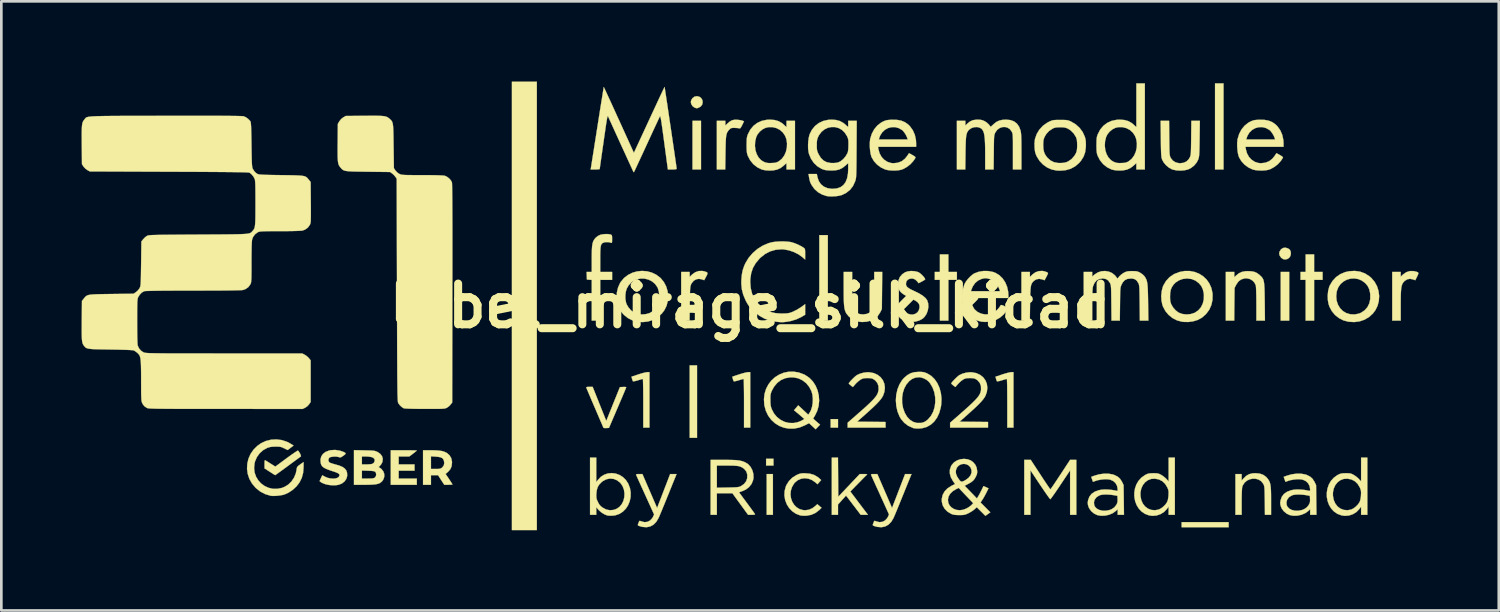
<source format=kicad_pcb>
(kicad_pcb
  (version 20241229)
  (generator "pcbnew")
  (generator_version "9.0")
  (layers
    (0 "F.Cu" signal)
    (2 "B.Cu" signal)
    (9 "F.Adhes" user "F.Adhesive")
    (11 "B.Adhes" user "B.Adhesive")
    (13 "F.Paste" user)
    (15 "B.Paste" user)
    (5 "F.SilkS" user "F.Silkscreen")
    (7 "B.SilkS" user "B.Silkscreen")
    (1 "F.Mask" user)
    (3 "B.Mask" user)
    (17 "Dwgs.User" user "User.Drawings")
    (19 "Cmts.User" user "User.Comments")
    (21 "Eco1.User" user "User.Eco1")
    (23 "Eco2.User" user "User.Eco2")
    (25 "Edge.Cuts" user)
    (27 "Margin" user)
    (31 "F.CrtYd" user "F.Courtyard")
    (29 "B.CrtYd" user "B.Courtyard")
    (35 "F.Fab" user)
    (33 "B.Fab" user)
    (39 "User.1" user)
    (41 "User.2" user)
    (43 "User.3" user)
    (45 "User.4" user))
  (footprint "label_mirage_silk_kicad"
    (layer "F.Cu")
    (at 25.001 8.387)
    (property "Reference" "label_mirage_silk_kicad" (at 0 0 0) (layer "F.SilkS") (effects (font (size 1.524 1.524) (thickness 0.3))))
    (attr through_hole)
    (fp_poly (pts (xy -7.98 8.382) (xy -8.911 8.382) (xy -8.911 -8.382) (xy -7.98 -8.382) (xy -7.98 8.382)) (stroke (width 0.01) (type solid)) (fill yes) (layer "F.SilkS"))
    (fp_poly (pts (xy -1.99 4.932) (xy -2.265 4.932) (xy -2.265 2.223) (xy -1.99 2.223) (xy -1.99 4.932)) (stroke (width 0.01) (type solid)) (fill yes) (layer "F.SilkS"))
    (fp_poly (pts (xy -1.841 -5.101) (xy -2.159 -5.101) (xy -2.159 -6.921) (xy -1.841 -6.921) (xy -1.841 -5.101)) (stroke (width 0.01) (type solid)) (fill yes) (layer "F.SilkS"))
    (fp_poly (pts (xy 0.847 7.811) (xy 0.614 7.811) (xy 0.614 6.287) (xy 0.847 6.287) (xy 0.847 7.811)) (stroke (width 0.01) (type solid)) (fill yes) (layer "F.SilkS"))
    (fp_poly (pts (xy 0.868 5.969) (xy 0.593 5.969) (xy 0.593 5.715) (xy 0.868 5.715) (xy 0.868 5.969)) (stroke (width 0.01) (type solid)) (fill yes) (layer "F.SilkS"))
    (fp_poly (pts (xy 2.9 0.55) (xy 2.582 0.55) (xy 2.582 -2.646) (xy 2.9 -2.646) (xy 2.9 0.55)) (stroke (width 0.01) (type solid)) (fill yes) (layer "F.SilkS"))
    (fp_poly (pts (xy 3.281 4.551) (xy 3.006 4.551) (xy 3.006 4.233) (xy 3.281 4.233) (xy 3.281 4.551)) (stroke (width 0.01) (type solid)) (fill yes) (layer "F.SilkS"))
    (fp_poly (pts (xy 17.695 -5.101) (xy 17.378 -5.101) (xy 17.378 -8.319) (xy 17.695 -8.319) (xy 17.695 -5.101)) (stroke (width 0.01) (type solid)) (fill yes) (layer "F.SilkS"))
    (fp_poly (pts (xy 17.886 8.276) (xy 16.129 8.276) (xy 16.129 8.086) (xy 17.886 8.086) (xy 17.886 8.276)) (stroke (width 0.01) (type solid)) (fill yes) (layer "F.SilkS"))
    (fp_poly (pts (xy 20.151 0.55) (xy 19.833 0.55) (xy 19.833 -1.27) (xy 20.151 -1.27) (xy 20.151 0.55)) (stroke (width 0.01) (type solid)) (fill yes) (layer "F.SilkS"))
    (fp_poly (pts (xy 7.408 -1.27) (xy 7.726 -1.27) (xy 7.726 -0.974) (xy 7.408 -0.974) (xy 7.408 0.55) (xy 7.091 0.55) (xy 7.091 -0.974) (xy 6.9 -0.974) (xy 6.9 -1.27) (xy 7.091 -1.27) (xy 7.091 -1.926) (xy 7.408 -1.926) (xy 7.408 -1.27)) (stroke (width 0.01) (type solid)) (fill yes) (layer "F.SilkS"))
    (fp_poly (pts (xy 21.082 -1.27) (xy 21.399 -1.27) (xy 21.399 -0.974) (xy 21.082 -0.974) (xy 21.082 0.55) (xy 20.765 0.55) (xy 20.765 -0.974) (xy 20.574 -0.974) (xy 20.574 -1.27) (xy 20.765 -1.27) (xy 20.765 -1.926) (xy 21.082 -1.926) (xy 21.082 -1.27)) (stroke (width 0.01) (type solid)) (fill yes) (layer "F.SilkS"))
    (fp_poly (pts (xy 20.104 -2.15) (xy 20.109 -2.148) (xy 20.173 -2.101) (xy 20.206 -2.035) (xy 20.214 -1.954) (xy 20.196 -1.866) (xy 20.148 -1.797) (xy 20.081 -1.753) (xy 20.003 -1.735) (xy 19.923 -1.75) (xy 19.854 -1.796) (xy 19.794 -1.879) (xy 19.775 -1.963) (xy 19.791 -2.033) (xy 19.845 -2.116) (xy 19.92 -2.165) (xy 20.009 -2.178) (xy 20.104 -2.15)) (stroke (width 0.01) (type solid)) (fill yes) (layer "F.SilkS"))
    (fp_poly (pts (xy -1.908 -7.822) (xy -1.838 -7.773) (xy -1.792 -7.7) (xy -1.778 -7.622) (xy -1.796 -7.528) (xy -1.851 -7.456) (xy -1.918 -7.417) (xy -1.973 -7.395) (xy -2.01 -7.391) (xy -2.053 -7.403) (xy -2.089 -7.418) (xy -2.154 -7.466) (xy -2.202 -7.538) (xy -2.222 -7.615) (xy -2.223 -7.62) (xy -2.204 -7.7) (xy -2.154 -7.773) (xy -2.085 -7.823) (xy -2.082 -7.824) (xy -1.992 -7.841) (xy -1.908 -7.822)) (stroke (width 0.01) (type solid)) (fill yes) (layer "F.SilkS"))
    (fp_poly (pts (xy -12.816 5.398) (xy -12.692 5.399) (xy -12.59 5.401) (xy -12.516 5.403) (xy -12.474 5.406) (xy -12.467 5.407) (xy -12.483 5.424) (xy -12.525 5.459) (xy -12.585 5.506) (xy -12.608 5.524) (xy -12.749 5.63) (xy -13.145 5.63) (xy -13.145 5.927) (xy -12.552 5.927) (xy -12.552 6.16) (xy -13.145 6.16) (xy -13.145 6.456) (xy -12.467 6.456) (xy -12.467 6.689) (xy -13.441 6.689) (xy -13.441 5.397) (xy -12.954 5.397) (xy -12.816 5.398)) (stroke (width 0.01) (type solid)) (fill yes) (layer "F.SilkS"))
    (fp_poly (pts (xy 3.291 7.135) (xy 4.094 6.287) (xy 4.243 6.287) (xy 4.313 6.289) (xy 4.359 6.294) (xy 4.372 6.302) (xy 4.371 6.303) (xy 4.35 6.322) (xy 4.305 6.367) (xy 4.239 6.432) (xy 4.159 6.514) (xy 4.068 6.607) (xy 4.046 6.629) (xy 3.742 6.939) (xy 4.071 7.375) (xy 4.4 7.811) (xy 4.13 7.811) (xy 3.582 7.092) (xy 3.431 7.259) (xy 3.281 7.426) (xy 3.281 7.811) (xy 3.048 7.811) (xy 3.048 5.673) (xy 3.28 5.673) (xy 3.291 7.135)) (stroke (width 0.01) (type solid)) (fill yes) (layer "F.SilkS"))
    (fp_poly (pts (xy -3.768 4.551) (xy -4 4.551) (xy -4 3.641) (xy -4.001 3.449) (xy -4.002 3.271) (xy -4.003 3.111) (xy -4.006 2.974) (xy -4.008 2.863) (xy -4.011 2.783) (xy -4.014 2.738) (xy -4.016 2.731) (xy -4.043 2.736) (xy -4.099 2.752) (xy -4.174 2.774) (xy -4.201 2.783) (xy -4.28 2.805) (xy -4.343 2.818) (xy -4.38 2.821) (xy -4.385 2.82) (xy -4.399 2.791) (xy -4.416 2.739) (xy -4.42 2.726) (xy -4.441 2.648) (xy -4.184 2.562) (xy -4.078 2.529) (xy -3.98 2.502) (xy -3.9 2.484) (xy -3.848 2.477) (xy -3.847 2.477) (xy -3.768 2.477) (xy -3.768 4.551)) (stroke (width 0.01) (type solid)) (fill yes) (layer "F.SilkS"))
    (fp_poly (pts (xy 0 4.551) (xy -0.233 4.551) (xy -0.233 3.641) (xy -0.233 3.449) (xy -0.234 3.271) (xy -0.236 3.111) (xy -0.238 2.974) (xy -0.24 2.863) (xy -0.243 2.783) (xy -0.247 2.738) (xy -0.249 2.731) (xy -0.275 2.736) (xy -0.331 2.752) (xy -0.407 2.774) (xy -0.434 2.783) (xy -0.513 2.805) (xy -0.576 2.818) (xy -0.612 2.821) (xy -0.617 2.82) (xy -0.631 2.791) (xy -0.649 2.739) (xy -0.652 2.726) (xy -0.673 2.648) (xy -0.416 2.562) (xy -0.311 2.529) (xy -0.212 2.502) (xy -0.132 2.484) (xy -0.08 2.477) (xy -0.079 2.477) (xy 0 2.477) (xy 0 4.551)) (stroke (width 0.01) (type solid)) (fill yes) (layer "F.SilkS"))
    (fp_poly (pts (xy 9.842 4.551) (xy 9.61 4.551) (xy 9.61 3.641) (xy 9.609 3.449) (xy 9.608 3.271) (xy 9.607 3.111) (xy 9.605 2.974) (xy 9.602 2.863) (xy 9.599 2.783) (xy 9.596 2.738) (xy 9.594 2.731) (xy 9.567 2.736) (xy 9.511 2.752) (xy 9.436 2.774) (xy 9.409 2.783) (xy 9.33 2.805) (xy 9.267 2.818) (xy 9.23 2.821) (xy 9.226 2.82) (xy 9.211 2.791) (xy 9.194 2.739) (xy 9.19 2.726) (xy 9.169 2.648) (xy 9.426 2.562) (xy 9.532 2.529) (xy 9.63 2.502) (xy 9.711 2.484) (xy 9.762 2.477) (xy 9.763 2.477) (xy 9.842 2.477) (xy 9.842 4.551)) (stroke (width 0.01) (type solid)) (fill yes) (layer "F.SilkS"))
    (fp_poly (pts (xy 24.842 -1.293) (xy 24.924 -1.272) (xy 24.969 -1.251) (xy 24.982 -1.22) (xy 24.967 -1.17) (xy 24.933 -1.097) (xy 24.865 -0.96) (xy 24.778 -0.991) (xy 24.665 -1.013) (xy 24.562 -0.993) (xy 24.468 -0.933) (xy 24.446 -0.911) (xy 24.412 -0.872) (xy 24.385 -0.828) (xy 24.364 -0.776) (xy 24.348 -0.71) (xy 24.336 -0.625) (xy 24.328 -0.517) (xy 24.323 -0.381) (xy 24.321 -0.211) (xy 24.32 -0.018) (xy 24.32 0.55) (xy 24.003 0.55) (xy 24.003 -1.27) (xy 24.32 -1.27) (xy 24.32 -1.095) (xy 24.413 -1.18) (xy 24.529 -1.26) (xy 24.659 -1.301) (xy 24.796 -1.302) (xy 24.842 -1.293)) (stroke (width 0.01) (type solid)) (fill yes) (layer "F.SilkS"))
    (fp_poly (pts (xy -1.714 -1.291) (xy -1.644 -1.269) (xy -1.606 -1.246) (xy -1.598 -1.213) (xy -1.616 -1.16) (xy -1.65 -1.095) (xy -1.722 -0.96) (xy -1.808 -0.992) (xy -1.921 -1.012) (xy -2.026 -0.992) (xy -2.118 -0.936) (xy -2.191 -0.846) (xy -2.215 -0.799) (xy -2.226 -0.769) (xy -2.235 -0.733) (xy -2.242 -0.686) (xy -2.248 -0.624) (xy -2.252 -0.54) (xy -2.255 -0.431) (xy -2.258 -0.29) (xy -2.26 -0.113) (xy -2.261 -0.079) (xy -2.268 0.55) (xy -2.582 0.55) (xy -2.582 -1.27) (xy -2.265 -1.27) (xy -2.265 -1.087) (xy -2.173 -1.175) (xy -2.057 -1.258) (xy -1.929 -1.303) (xy -1.792 -1.307) (xy -1.714 -1.291)) (stroke (width 0.01) (type solid)) (fill yes) (layer "F.SilkS"))
    (fp_poly (pts (xy 10.944 -1.304) (xy 11.024 -1.286) (xy 11.088 -1.262) (xy 11.127 -1.236) (xy 11.134 -1.222) (xy 11.124 -1.194) (xy 11.1 -1.141) (xy 11.069 -1.08) (xy 11.004 -0.959) (xy 10.915 -0.991) (xy 10.801 -1.012) (xy 10.696 -0.993) (xy 10.603 -0.934) (xy 10.592 -0.923) (xy 10.56 -0.888) (xy 10.534 -0.852) (xy 10.513 -0.809) (xy 10.497 -0.755) (xy 10.485 -0.684) (xy 10.477 -0.592) (xy 10.471 -0.474) (xy 10.466 -0.325) (xy 10.463 -0.141) (xy 10.462 -0.069) (xy 10.453 0.55) (xy 10.139 0.55) (xy 10.139 -1.27) (xy 10.456 -1.27) (xy 10.456 -1.081) (xy 10.548 -1.172) (xy 10.657 -1.253) (xy 10.782 -1.299) (xy 10.914 -1.308) (xy 10.944 -1.304)) (stroke (width 0.01) (type solid)) (fill yes) (layer "F.SilkS"))
    (fp_poly (pts (xy -0.489 -6.959) (xy -0.406 -6.95) (xy -0.333 -6.937) (xy -0.291 -6.925) (xy -0.233 -6.901) (xy -0.301 -6.762) (xy -0.339 -6.69) (xy -0.366 -6.65) (xy -0.389 -6.635) (xy -0.413 -6.639) (xy -0.456 -6.647) (xy -0.525 -6.653) (xy -0.589 -6.656) (xy -0.664 -6.655) (xy -0.712 -6.646) (xy -0.749 -6.625) (xy -0.789 -6.585) (xy -0.794 -6.58) (xy -0.827 -6.541) (xy -0.853 -6.503) (xy -0.874 -6.459) (xy -0.89 -6.405) (xy -0.902 -6.336) (xy -0.911 -6.246) (xy -0.917 -6.131) (xy -0.921 -5.985) (xy -0.925 -5.805) (xy -0.926 -5.72) (xy -0.935 -5.101) (xy -1.249 -5.101) (xy -1.249 -6.921) (xy -0.931 -6.921) (xy -0.931 -6.744) (xy -0.852 -6.82) (xy -0.762 -6.896) (xy -0.678 -6.941) (xy -0.586 -6.96) (xy -0.489 -6.959)) (stroke (width 0.01) (type solid)) (fill yes) (layer "F.SilkS"))
    (fp_poly (pts (xy -5.638 3.664) (xy -5.383 4.301) (xy -5.129 3.669) (xy -4.874 3.037) (xy -4.755 3.031) (xy -4.691 3.03) (xy -4.648 3.035) (xy -4.636 3.042) (xy -4.645 3.064) (xy -4.668 3.121) (xy -4.704 3.209) (xy -4.752 3.322) (xy -4.809 3.457) (xy -4.874 3.609) (xy -4.945 3.775) (xy -4.96 3.81) (xy -5.282 4.561) (xy -5.38 4.568) (xy -5.44 4.568) (xy -5.481 4.562) (xy -5.489 4.557) (xy -5.498 4.536) (xy -5.522 4.481) (xy -5.558 4.397) (xy -5.604 4.29) (xy -5.658 4.165) (xy -5.717 4.026) (xy -5.78 3.88) (xy -5.844 3.731) (xy -5.907 3.584) (xy -5.966 3.445) (xy -6.02 3.318) (xy -6.066 3.21) (xy -6.102 3.124) (xy -6.126 3.067) (xy -6.132 3.053) (xy -6.126 3.038) (xy -6.088 3.029) (xy -6.018 3.027) (xy -5.892 3.027) (xy -5.638 3.664)) (stroke (width 0.01) (type solid)) (fill yes) (layer "F.SilkS"))
    (fp_poly (pts (xy 12.192 7.811) (xy 11.959 7.811) (xy 11.959 6.149) (xy 11.599 6.689) (xy 11.509 6.823) (xy 11.426 6.945) (xy 11.353 7.05) (xy 11.292 7.135) (xy 11.248 7.195) (xy 11.223 7.225) (xy 11.218 7.228) (xy 11.202 7.211) (xy 11.165 7.163) (xy 11.111 7.089) (xy 11.043 6.991) (xy 10.963 6.876) (xy 10.876 6.746) (xy 10.837 6.689) (xy 10.478 6.149) (xy 10.478 6.98) (xy 10.477 7.811) (xy 10.245 7.811) (xy 10.245 5.757) (xy 10.488 5.758) (xy 10.848 6.308) (xy 10.937 6.444) (xy 11.019 6.567) (xy 11.091 6.674) (xy 11.15 6.761) (xy 11.193 6.822) (xy 11.217 6.854) (xy 11.221 6.858) (xy 11.236 6.841) (xy 11.271 6.793) (xy 11.323 6.718) (xy 11.389 6.62) (xy 11.467 6.503) (xy 11.553 6.373) (xy 11.597 6.308) (xy 11.958 5.757) (xy 12.192 5.757) (xy 12.192 7.811)) (stroke (width 0.01) (type solid)) (fill yes) (layer "F.SilkS"))
    (fp_poly (pts (xy -16.884 5.437) (xy -16.853 5.485) (xy -16.823 5.541) (xy -16.803 5.591) (xy -16.797 5.623) (xy -16.8 5.627) (xy -16.822 5.643) (xy -16.873 5.68) (xy -16.949 5.736) (xy -17.046 5.807) (xy -17.158 5.889) (xy -17.281 5.98) (xy -17.287 5.985) (xy -17.41 6.075) (xy -17.521 6.156) (xy -17.616 6.225) (xy -17.691 6.279) (xy -17.741 6.315) (xy -17.761 6.328) (xy -17.762 6.328) (xy -17.781 6.317) (xy -17.829 6.288) (xy -17.897 6.245) (xy -17.965 6.201) (xy -18.161 6.075) (xy -18.161 5.915) (xy -18.159 5.832) (xy -18.154 5.785) (xy -18.143 5.769) (xy -18.135 5.771) (xy -18.106 5.789) (xy -18.051 5.823) (xy -17.978 5.869) (xy -17.932 5.898) (xy -17.756 6.008) (xy -17.343 5.703) (xy -17.227 5.618) (xy -17.123 5.544) (xy -17.034 5.483) (xy -16.965 5.438) (xy -16.923 5.413) (xy -16.91 5.409) (xy -16.884 5.437)) (stroke (width 0.01) (type solid)) (fill yes) (layer "F.SilkS"))
    (fp_poly (pts (xy 18.734 -1.294) (xy 18.844 -1.274) (xy 18.936 -1.235) (xy 19.023 -1.173) (xy 19.046 -1.153) (xy 19.092 -1.111) (xy 19.129 -1.072) (xy 19.158 -1.03) (xy 19.182 -0.982) (xy 19.199 -0.922) (xy 19.212 -0.846) (xy 19.221 -0.75) (xy 19.227 -0.628) (xy 19.231 -0.476) (xy 19.234 -0.289) (xy 19.236 -0.153) (xy 19.243 0.55) (xy 18.923 0.55) (xy 18.923 -0.069) (xy 18.922 -0.265) (xy 18.919 -0.435) (xy 18.915 -0.575) (xy 18.91 -0.682) (xy 18.903 -0.751) (xy 18.9 -0.772) (xy 18.851 -0.871) (xy 18.772 -0.952) (xy 18.672 -1.007) (xy 18.56 -1.031) (xy 18.481 -1.027) (xy 18.357 -0.989) (xy 18.258 -0.918) (xy 18.181 -0.811) (xy 18.172 -0.795) (xy 18.108 -0.67) (xy 18.101 -0.06) (xy 18.095 0.55) (xy 17.78 0.55) (xy 17.78 -1.27) (xy 18.098 -1.27) (xy 18.098 -1.071) (xy 18.166 -1.137) (xy 18.273 -1.221) (xy 18.386 -1.273) (xy 18.518 -1.297) (xy 18.595 -1.3) (xy 18.734 -1.294)) (stroke (width 0.01) (type solid)) (fill yes) (layer "F.SilkS"))
    (fp_poly (pts (xy -5.317 -2.685) (xy -5.234 -2.673) (xy -5.219 -2.668) (xy -5.191 -2.654) (xy -5.174 -2.633) (xy -5.167 -2.594) (xy -5.165 -2.527) (xy -5.165 -2.496) (xy -5.166 -2.418) (xy -5.17 -2.374) (xy -5.18 -2.357) (xy -5.198 -2.359) (xy -5.202 -2.36) (xy -5.301 -2.384) (xy -5.408 -2.384) (xy -5.471 -2.371) (xy -5.512 -2.354) (xy -5.544 -2.332) (xy -5.568 -2.299) (xy -5.585 -2.25) (xy -5.597 -2.18) (xy -5.604 -2.085) (xy -5.608 -1.959) (xy -5.609 -1.796) (xy -5.609 -1.736) (xy -5.609 -1.27) (xy -5.165 -1.27) (xy -5.165 -0.974) (xy -5.609 -0.974) (xy -5.609 0.55) (xy -5.927 0.55) (xy -5.927 -0.971) (xy -6.017 -0.978) (xy -6.107 -0.984) (xy -6.119 -1.27) (xy -5.927 -1.27) (xy -5.927 -1.753) (xy -5.926 -1.94) (xy -5.922 -2.09) (xy -5.915 -2.209) (xy -5.902 -2.303) (xy -5.885 -2.377) (xy -5.86 -2.438) (xy -5.828 -2.49) (xy -5.787 -2.54) (xy -5.705 -2.609) (xy -5.615 -2.655) (xy -5.524 -2.676) (xy -5.42 -2.686) (xy -5.317 -2.685)) (stroke (width 0.01) (type solid)) (fill yes) (layer "F.SilkS"))
    (fp_poly (pts (xy 19.048 6.27) (xy 19.178 6.315) (xy 19.285 6.392) (xy 19.34 6.454) (xy 19.379 6.507) (xy 19.409 6.56) (xy 19.432 6.62) (xy 19.449 6.691) (xy 19.46 6.78) (xy 19.468 6.891) (xy 19.472 7.032) (xy 19.473 7.206) (xy 19.473 7.285) (xy 19.473 7.811) (xy 19.243 7.811) (xy 19.237 7.276) (xy 19.234 7.112) (xy 19.232 6.984) (xy 19.229 6.887) (xy 19.225 6.815) (xy 19.219 6.763) (xy 19.211 6.724) (xy 19.2 6.693) (xy 19.186 6.664) (xy 19.177 6.648) (xy 19.104 6.556) (xy 19.01 6.495) (xy 18.902 6.464) (xy 18.788 6.46) (xy 18.675 6.484) (xy 18.571 6.533) (xy 18.483 6.608) (xy 18.418 6.706) (xy 18.395 6.767) (xy 18.388 6.813) (xy 18.383 6.893) (xy 18.378 7.002) (xy 18.375 7.133) (xy 18.373 7.278) (xy 18.373 7.329) (xy 18.373 7.811) (xy 18.14 7.811) (xy 18.14 6.287) (xy 18.373 6.287) (xy 18.373 6.53) (xy 18.452 6.441) (xy 18.549 6.35) (xy 18.654 6.291) (xy 18.776 6.261) (xy 18.891 6.255) (xy 19.048 6.27)) (stroke (width 0.01) (type solid)) (fill yes) (layer "F.SilkS"))
    (fp_poly (pts (xy 3.81 -0.66) (xy 3.811 -0.456) (xy 3.813 -0.29) (xy 3.818 -0.156) (xy 3.825 -0.051) (xy 3.837 0.031) (xy 3.852 0.093) (xy 3.873 0.142) (xy 3.899 0.182) (xy 3.931 0.216) (xy 4.007 0.273) (xy 4.093 0.305) (xy 4.203 0.317) (xy 4.229 0.317) (xy 4.354 0.3) (xy 4.46 0.254) (xy 4.539 0.181) (xy 4.556 0.156) (xy 4.579 0.1) (xy 4.598 0.018) (xy 4.613 -0.091) (xy 4.624 -0.231) (xy 4.631 -0.406) (xy 4.635 -0.619) (xy 4.635 -0.767) (xy 4.636 -1.27) (xy 4.934 -1.27) (xy 4.921 0.116) (xy 4.861 0.239) (xy 4.775 0.368) (xy 4.659 0.471) (xy 4.519 0.546) (xy 4.359 0.591) (xy 4.185 0.603) (xy 4.074 0.593) (xy 3.934 0.555) (xy 3.8 0.487) (xy 3.684 0.395) (xy 3.597 0.288) (xy 3.578 0.255) (xy 3.554 0.203) (xy 3.535 0.145) (xy 3.521 0.077) (xy 3.51 -0.007) (xy 3.502 -0.11) (xy 3.496 -0.24) (xy 3.494 -0.4) (xy 3.493 -0.596) (xy 3.493 -0.657) (xy 3.493 -1.27) (xy 3.81 -1.27) (xy 3.81 -0.66)) (stroke (width 0.01) (type solid)) (fill yes) (layer "F.SilkS"))
    (fp_poly (pts (xy -11.78 5.4) (xy -11.644 5.409) (xy -11.535 5.425) (xy -11.446 5.45) (xy -11.369 5.485) (xy -11.345 5.499) (xy -11.245 5.584) (xy -11.181 5.69) (xy -11.152 5.819) (xy -11.151 5.859) (xy -11.165 5.992) (xy -11.21 6.101) (xy -11.289 6.195) (xy -11.304 6.208) (xy -11.391 6.283) (xy -11.262 6.474) (xy -11.21 6.553) (xy -11.168 6.618) (xy -11.141 6.662) (xy -11.134 6.677) (xy -11.153 6.683) (xy -11.204 6.687) (xy -11.277 6.688) (xy -11.287 6.688) (xy -11.441 6.688) (xy -11.557 6.509) (xy -11.673 6.329) (xy -11.806 6.329) (xy -11.938 6.329) (xy -11.938 6.689) (xy -12.234 6.689) (xy -12.234 6.096) (xy -11.938 6.096) (xy -11.76 6.096) (xy -11.669 6.095) (xy -11.609 6.089) (xy -11.567 6.076) (xy -11.532 6.054) (xy -11.519 6.043) (xy -11.46 5.969) (xy -11.441 5.879) (xy -11.453 5.791) (xy -11.479 5.73) (xy -11.522 5.687) (xy -11.588 5.658) (xy -11.685 5.642) (xy -11.758 5.636) (xy -11.938 5.624) (xy -11.938 6.096) (xy -12.234 6.096) (xy -12.234 5.397) (xy -11.951 5.397) (xy -11.78 5.4)) (stroke (width 0.01) (type solid)) (fill yes) (layer "F.SilkS"))
    (fp_poly (pts (xy -3.061 7.043) (xy -3.132 7.218) (xy -3.2 7.385) (xy -3.264 7.54) (xy -3.32 7.677) (xy -3.368 7.791) (xy -3.404 7.876) (xy -3.427 7.928) (xy -3.428 7.93) (xy -3.513 8.074) (xy -3.616 8.179) (xy -3.736 8.246) (xy -3.873 8.275) (xy -4.026 8.264) (xy -4.113 8.242) (xy -4.175 8.22) (xy -4.201 8.2) (xy -4.202 8.176) (xy -4.201 8.174) (xy -4.183 8.127) (xy -4.166 8.082) (xy -4.151 8.047) (xy -4.131 8.036) (xy -4.093 8.048) (xy -4.068 8.058) (xy -3.953 8.086) (xy -3.844 8.074) (xy -3.746 8.024) (xy -3.667 7.94) (xy -3.631 7.877) (xy -3.596 7.798) (xy -3.927 7.069) (xy -4.002 6.904) (xy -4.072 6.751) (xy -4.134 6.614) (xy -4.187 6.497) (xy -4.228 6.406) (xy -4.256 6.343) (xy -4.269 6.314) (xy -4.27 6.313) (xy -4.263 6.297) (xy -4.225 6.289) (xy -4.156 6.287) (xy -4.032 6.287) (xy -3.483 7.555) (xy -3.408 7.36) (xy -3.377 7.28) (xy -3.334 7.17) (xy -3.284 7.039) (xy -3.23 6.897) (xy -3.175 6.754) (xy -3.164 6.726) (xy -2.995 6.287) (xy -2.755 6.287) (xy -3.061 7.043)) (stroke (width 0.01) (type solid)) (fill yes) (layer "F.SilkS"))
    (fp_poly (pts (xy 5.723 7.043) (xy 5.652 7.218) (xy 5.584 7.385) (xy 5.521 7.54) (xy 5.464 7.677) (xy 5.417 7.791) (xy 5.38 7.876) (xy 5.358 7.928) (xy 5.357 7.93) (xy 5.271 8.074) (xy 5.168 8.179) (xy 5.048 8.246) (xy 4.911 8.275) (xy 4.758 8.264) (xy 4.671 8.242) (xy 4.61 8.22) (xy 4.583 8.2) (xy 4.582 8.176) (xy 4.583 8.174) (xy 4.601 8.127) (xy 4.618 8.082) (xy 4.633 8.047) (xy 4.653 8.036) (xy 4.691 8.048) (xy 4.716 8.058) (xy 4.831 8.086) (xy 4.94 8.074) (xy 5.038 8.024) (xy 5.117 7.94) (xy 5.153 7.877) (xy 5.188 7.798) (xy 4.857 7.069) (xy 4.782 6.904) (xy 4.712 6.751) (xy 4.65 6.614) (xy 4.597 6.497) (xy 4.556 6.406) (xy 4.528 6.343) (xy 4.515 6.314) (xy 4.515 6.313) (xy 4.521 6.297) (xy 4.559 6.289) (xy 4.628 6.287) (xy 4.752 6.287) (xy 5.027 6.921) (xy 5.301 7.555) (xy 5.376 7.36) (xy 5.407 7.28) (xy 5.45 7.17) (xy 5.5 7.039) (xy 5.554 6.897) (xy 5.61 6.754) (xy 5.62 6.726) (xy 5.789 6.287) (xy 6.029 6.287) (xy 5.723 7.043)) (stroke (width 0.01) (type solid)) (fill yes) (layer "F.SilkS"))
    (fp_poly (pts (xy 2.053 6.258) (xy 2.234 6.274) (xy 2.388 6.32) (xy 2.522 6.398) (xy 2.563 6.431) (xy 2.652 6.511) (xy 2.583 6.589) (xy 2.514 6.668) (xy 2.442 6.604) (xy 2.313 6.514) (xy 2.176 6.461) (xy 2.037 6.443) (xy 1.902 6.462) (xy 1.778 6.516) (xy 1.669 6.606) (xy 1.637 6.644) (xy 1.56 6.775) (xy 1.517 6.913) (xy 1.505 7.054) (xy 1.524 7.192) (xy 1.569 7.321) (xy 1.639 7.435) (xy 1.732 7.529) (xy 1.845 7.598) (xy 1.976 7.635) (xy 2.052 7.641) (xy 2.196 7.621) (xy 2.328 7.561) (xy 2.426 7.487) (xy 2.508 7.413) (xy 2.587 7.481) (xy 2.666 7.549) (xy 2.576 7.636) (xy 2.441 7.74) (xy 2.284 7.81) (xy 2.114 7.843) (xy 2.086 7.845) (xy 2 7.846) (xy 1.921 7.841) (xy 1.871 7.834) (xy 1.709 7.772) (xy 1.569 7.677) (xy 1.453 7.557) (xy 1.364 7.415) (xy 1.305 7.258) (xy 1.277 7.092) (xy 1.284 6.922) (xy 1.329 6.753) (xy 1.351 6.701) (xy 1.446 6.549) (xy 1.573 6.422) (xy 1.728 6.325) (xy 1.736 6.321) (xy 1.812 6.288) (xy 1.877 6.268) (xy 1.947 6.259) (xy 2.039 6.258) (xy 2.053 6.258)) (stroke (width 0.01) (type solid)) (fill yes) (layer "F.SilkS"))
    (fp_poly (pts (xy 4.455 2.482) (xy 4.62 2.513) (xy 4.761 2.577) (xy 4.876 2.668) (xy 4.961 2.782) (xy 5.015 2.914) (xy 5.034 3.06) (xy 5.016 3.214) (xy 4.968 3.351) (xy 4.93 3.42) (xy 4.875 3.497) (xy 4.8 3.585) (xy 4.701 3.688) (xy 4.576 3.809) (xy 4.421 3.95) (xy 4.323 4.038) (xy 3.995 4.329) (xy 4.527 4.334) (xy 5.059 4.34) (xy 5.059 4.551) (xy 3.641 4.551) (xy 3.641 4.368) (xy 4.038 4.021) (xy 4.215 3.865) (xy 4.362 3.732) (xy 4.482 3.619) (xy 4.578 3.523) (xy 4.652 3.441) (xy 4.708 3.369) (xy 4.747 3.304) (xy 4.774 3.243) (xy 4.79 3.182) (xy 4.798 3.127) (xy 4.793 2.995) (xy 4.751 2.881) (xy 4.673 2.788) (xy 4.634 2.758) (xy 4.58 2.727) (xy 4.53 2.709) (xy 4.467 2.701) (xy 4.383 2.699) (xy 4.292 2.701) (xy 4.226 2.711) (xy 4.17 2.732) (xy 4.125 2.757) (xy 4.057 2.805) (xy 3.982 2.871) (xy 3.932 2.924) (xy 3.837 3.034) (xy 3.76 2.975) (xy 3.714 2.936) (xy 3.686 2.907) (xy 3.683 2.899) (xy 3.698 2.872) (xy 3.736 2.824) (xy 3.79 2.766) (xy 3.851 2.704) (xy 3.912 2.647) (xy 3.965 2.603) (xy 3.984 2.59) (xy 4.1 2.535) (xy 4.237 2.497) (xy 4.379 2.48) (xy 4.455 2.482)) (stroke (width 0.01) (type solid)) (fill yes) (layer "F.SilkS"))
    (fp_poly (pts (xy 8.286 2.482) (xy 8.451 2.513) (xy 8.592 2.577) (xy 8.707 2.668) (xy 8.792 2.782) (xy 8.846 2.914) (xy 8.865 3.06) (xy 8.847 3.214) (xy 8.799 3.351) (xy 8.761 3.42) (xy 8.706 3.497) (xy 8.631 3.585) (xy 8.532 3.688) (xy 8.407 3.809) (xy 8.252 3.95) (xy 8.154 4.038) (xy 7.827 4.329) (xy 8.358 4.334) (xy 8.89 4.34) (xy 8.89 4.551) (xy 7.472 4.551) (xy 7.472 4.368) (xy 7.869 4.021) (xy 8.046 3.865) (xy 8.193 3.732) (xy 8.313 3.619) (xy 8.409 3.523) (xy 8.483 3.441) (xy 8.539 3.369) (xy 8.578 3.304) (xy 8.605 3.243) (xy 8.621 3.182) (xy 8.629 3.127) (xy 8.625 2.995) (xy 8.582 2.881) (xy 8.504 2.788) (xy 8.465 2.758) (xy 8.411 2.727) (xy 8.361 2.709) (xy 8.298 2.701) (xy 8.214 2.699) (xy 8.123 2.701) (xy 8.057 2.711) (xy 8.001 2.732) (xy 7.956 2.757) (xy 7.888 2.805) (xy 7.813 2.871) (xy 7.763 2.924) (xy 7.668 3.034) (xy 7.591 2.975) (xy 7.545 2.936) (xy 7.518 2.907) (xy 7.514 2.899) (xy 7.529 2.872) (xy 7.567 2.824) (xy 7.621 2.766) (xy 7.682 2.704) (xy 7.744 2.647) (xy 7.796 2.603) (xy 7.815 2.59) (xy 7.931 2.535) (xy 8.068 2.497) (xy 8.21 2.48) (xy 8.286 2.482)) (stroke (width 0.01) (type solid)) (fill yes) (layer "F.SilkS"))
    (fp_poly (pts (xy 15.667 -6.271) (xy 15.669 -6.088) (xy 15.671 -5.942) (xy 15.673 -5.828) (xy 15.676 -5.742) (xy 15.681 -5.678) (xy 15.687 -5.631) (xy 15.695 -5.595) (xy 15.705 -5.567) (xy 15.718 -5.541) (xy 15.727 -5.524) (xy 15.802 -5.431) (xy 15.904 -5.367) (xy 16.028 -5.336) (xy 16.076 -5.334) (xy 16.207 -5.352) (xy 16.315 -5.404) (xy 16.398 -5.489) (xy 16.425 -5.535) (xy 16.44 -5.566) (xy 16.452 -5.596) (xy 16.461 -5.629) (xy 16.468 -5.671) (xy 16.474 -5.727) (xy 16.477 -5.803) (xy 16.48 -5.903) (xy 16.482 -6.034) (xy 16.484 -6.198) (xy 16.485 -6.281) (xy 16.492 -6.921) (xy 16.81 -6.921) (xy 16.802 -6.26) (xy 16.799 -6.071) (xy 16.796 -5.919) (xy 16.793 -5.798) (xy 16.789 -5.705) (xy 16.784 -5.633) (xy 16.777 -5.578) (xy 16.768 -5.533) (xy 16.757 -5.495) (xy 16.753 -5.482) (xy 16.69 -5.359) (xy 16.596 -5.247) (xy 16.479 -5.156) (xy 16.376 -5.104) (xy 16.244 -5.071) (xy 16.093 -5.058) (xy 15.94 -5.066) (xy 15.802 -5.094) (xy 15.77 -5.105) (xy 15.657 -5.166) (xy 15.551 -5.254) (xy 15.461 -5.358) (xy 15.401 -5.466) (xy 15.398 -5.472) (xy 15.387 -5.506) (xy 15.378 -5.545) (xy 15.371 -5.594) (xy 15.365 -5.658) (xy 15.361 -5.743) (xy 15.357 -5.853) (xy 15.354 -5.992) (xy 15.352 -6.168) (xy 15.351 -6.249) (xy 15.343 -6.921) (xy 15.66 -6.921) (xy 15.667 -6.271)) (stroke (width 0.01) (type solid)) (fill yes) (layer "F.SilkS"))
    (fp_poly (pts (xy -0.979 5.758) (xy -0.8 5.758) (xy -0.656 5.761) (xy -0.541 5.766) (xy -0.449 5.775) (xy -0.371 5.788) (xy -0.303 5.806) (xy -0.236 5.829) (xy -0.188 5.85) (xy -0.077 5.919) (xy 0.013 6.02) (xy 0.078 6.142) (xy 0.116 6.278) (xy 0.122 6.42) (xy 0.108 6.511) (xy 0.051 6.652) (xy -0.041 6.771) (xy -0.165 6.866) (xy -0.314 6.933) (xy -0.421 6.968) (xy -0.278 7.162) (xy -0.154 7.329) (xy -0.053 7.466) (xy 0.026 7.574) (xy 0.087 7.657) (xy 0.13 7.717) (xy 0.159 7.757) (xy 0.174 7.78) (xy 0.177 7.784) (xy 0.176 7.799) (xy 0.145 7.807) (xy 0.08 7.81) (xy 0.056 7.811) (xy -0.081 7.811) (xy -0.667 7.006) (xy -0.958 7.006) (xy -1.249 7.006) (xy -1.249 7.811) (xy -1.482 7.811) (xy -1.482 6.798) (xy -1.249 6.798) (xy -0.841 6.791) (xy -0.698 6.788) (xy -0.59 6.785) (xy -0.51 6.78) (xy -0.453 6.773) (xy -0.41 6.764) (xy -0.375 6.751) (xy -0.347 6.738) (xy -0.231 6.656) (xy -0.153 6.556) (xy -0.113 6.438) (xy -0.112 6.304) (xy -0.112 6.303) (xy -0.145 6.197) (xy -0.213 6.108) (xy -0.275 6.059) (xy -0.325 6.029) (xy -0.379 6.006) (xy -0.444 5.989) (xy -0.527 5.979) (xy -0.633 5.972) (xy -0.771 5.97) (xy -0.873 5.969) (xy -1.249 5.969) (xy -1.249 6.798) (xy -1.482 6.798) (xy -1.482 5.757) (xy -0.979 5.758)) (stroke (width 0.01) (type solid)) (fill yes) (layer "F.SilkS"))
    (fp_poly (pts (xy -5.757 6.591) (xy -5.693 6.504) (xy -5.586 6.39) (xy -5.46 6.311) (xy -5.322 6.264) (xy -5.178 6.251) (xy -5.032 6.269) (xy -4.892 6.319) (xy -4.763 6.399) (xy -4.65 6.509) (xy -4.562 6.645) (xy -4.498 6.81) (xy -4.469 6.979) (xy -4.473 7.145) (xy -4.507 7.306) (xy -4.568 7.454) (xy -4.654 7.585) (xy -4.764 7.695) (xy -4.893 7.778) (xy -5.041 7.829) (xy -5.14 7.843) (xy -5.225 7.845) (xy -5.302 7.841) (xy -5.348 7.834) (xy -5.454 7.792) (xy -5.563 7.724) (xy -5.659 7.641) (xy -5.681 7.616) (xy -5.757 7.528) (xy -5.757 7.811) (xy -5.99 7.811) (xy -5.99 7.112) (xy -5.756 7.112) (xy -5.752 7.178) (xy -5.739 7.234) (xy -5.713 7.296) (xy -5.708 7.306) (xy -5.667 7.388) (xy -5.63 7.444) (xy -5.587 7.489) (xy -5.527 7.537) (xy -5.524 7.539) (xy -5.395 7.609) (xy -5.258 7.64) (xy -5.116 7.629) (xy -5.002 7.59) (xy -4.892 7.516) (xy -4.806 7.415) (xy -4.745 7.293) (xy -4.71 7.157) (xy -4.702 7.016) (xy -4.722 6.875) (xy -4.771 6.743) (xy -4.849 6.627) (xy -4.87 6.606) (xy -4.985 6.518) (xy -5.113 6.468) (xy -5.247 6.456) (xy -5.38 6.483) (xy -5.507 6.549) (xy -5.558 6.589) (xy -5.646 6.679) (xy -5.704 6.775) (xy -5.738 6.888) (xy -5.753 7.02) (xy -5.756 7.112) (xy -5.99 7.112) (xy -5.99 5.673) (xy -5.757 5.673) (xy -5.757 6.591)) (stroke (width 0.01) (type solid)) (fill yes) (layer "F.SilkS"))
    (fp_poly (pts (xy 22.801 -1.281) (xy 22.983 -1.214) (xy 23.149 -1.108) (xy 23.221 -1.045) (xy 23.345 -0.899) (xy 23.435 -0.735) (xy 23.491 -0.557) (xy 23.514 -0.372) (xy 23.502 -0.187) (xy 23.456 -0.008) (xy 23.374 0.16) (xy 23.284 0.281) (xy 23.137 0.416) (xy 22.968 0.515) (xy 22.781 0.579) (xy 22.579 0.605) (xy 22.367 0.592) (xy 22.366 0.591) (xy 22.18 0.543) (xy 22.012 0.457) (xy 21.865 0.341) (xy 21.744 0.196) (xy 21.655 0.029) (xy 21.621 -0.072) (xy 21.594 -0.227) (xy 21.591 -0.359) (xy 21.909 -0.359) (xy 21.925 -0.194) (xy 21.974 -0.045) (xy 22.052 0.085) (xy 22.157 0.191) (xy 22.285 0.268) (xy 22.434 0.312) (xy 22.441 0.313) (xy 22.602 0.319) (xy 22.754 0.289) (xy 22.836 0.256) (xy 22.972 0.164) (xy 23.076 0.047) (xy 23.146 -0.094) (xy 23.181 -0.256) (xy 23.18 -0.438) (xy 23.175 -0.482) (xy 23.142 -0.625) (xy 23.085 -0.743) (xy 22.997 -0.848) (xy 22.994 -0.851) (xy 22.869 -0.945) (xy 22.732 -1.003) (xy 22.589 -1.027) (xy 22.446 -1.019) (xy 22.308 -0.981) (xy 22.181 -0.913) (xy 22.073 -0.819) (xy 21.988 -0.7) (xy 21.933 -0.558) (xy 21.927 -0.533) (xy 21.909 -0.359) (xy 21.591 -0.359) (xy 21.59 -0.395) (xy 21.607 -0.56) (xy 21.645 -0.709) (xy 21.668 -0.764) (xy 21.771 -0.935) (xy 21.903 -1.077) (xy 22.061 -1.187) (xy 22.242 -1.263) (xy 22.392 -1.296) (xy 22.603 -1.308) (xy 22.801 -1.281)) (stroke (width 0.01) (type solid)) (fill yes) (layer "F.SilkS"))
    (fp_poly (pts (xy -3.866 -1.295) (xy -3.687 -1.248) (xy -3.519 -1.169) (xy -3.368 -1.056) (xy -3.347 -1.036) (xy -3.229 -0.891) (xy -3.143 -0.727) (xy -3.09 -0.55) (xy -3.07 -0.366) (xy -3.083 -0.182) (xy -3.129 -0.004) (xy -3.209 0.16) (xy -3.305 0.286) (xy -3.458 0.423) (xy -3.63 0.522) (xy -3.819 0.583) (xy -4.023 0.606) (xy -4.218 0.592) (xy -4.401 0.543) (xy -4.572 0.457) (xy -4.722 0.338) (xy -4.827 0.216) (xy -4.916 0.056) (xy -4.973 -0.122) (xy -4.996 -0.31) (xy -4.992 -0.394) (xy -4.67 -0.394) (xy -4.667 -0.249) (xy -4.642 -0.116) (xy -4.618 -0.053) (xy -4.548 0.064) (xy -4.456 0.168) (xy -4.352 0.246) (xy -4.335 0.256) (xy -4.205 0.302) (xy -4.058 0.32) (xy -3.908 0.309) (xy -3.768 0.271) (xy -3.765 0.269) (xy -3.665 0.211) (xy -3.568 0.125) (xy -3.49 0.025) (xy -3.482 0.012) (xy -3.434 -0.102) (xy -3.408 -0.24) (xy -3.402 -0.389) (xy -3.418 -0.534) (xy -3.455 -0.662) (xy -3.47 -0.696) (xy -3.557 -0.819) (xy -3.67 -0.915) (xy -3.804 -0.983) (xy -3.95 -1.02) (xy -4.101 -1.023) (xy -4.25 -0.99) (xy -4.297 -0.971) (xy -4.434 -0.888) (xy -4.541 -0.777) (xy -4.613 -0.656) (xy -4.652 -0.535) (xy -4.67 -0.394) (xy -4.992 -0.394) (xy -4.987 -0.501) (xy -4.944 -0.685) (xy -4.868 -0.855) (xy -4.838 -0.903) (xy -4.717 -1.045) (xy -4.572 -1.157) (xy -4.409 -1.239) (xy -4.233 -1.289) (xy -4.05 -1.308) (xy -3.866 -1.295)) (stroke (width 0.01) (type solid)) (fill yes) (layer "F.SilkS"))
    (fp_poly (pts (xy 15.875 7.811) (xy 15.642 7.811) (xy 15.642 7.506) (xy 15.579 7.591) (xy 15.471 7.705) (xy 15.338 7.787) (xy 15.19 7.837) (xy 15.034 7.85) (xy 14.912 7.833) (xy 14.759 7.776) (xy 14.63 7.689) (xy 14.525 7.577) (xy 14.445 7.446) (xy 14.39 7.301) (xy 14.362 7.146) (xy 14.361 7.101) (xy 14.589 7.101) (xy 14.619 7.258) (xy 14.679 7.393) (xy 14.765 7.502) (xy 14.872 7.581) (xy 14.997 7.628) (xy 15.134 7.64) (xy 15.265 7.616) (xy 15.351 7.575) (xy 15.442 7.507) (xy 15.523 7.425) (xy 15.583 7.338) (xy 15.583 7.337) (xy 15.615 7.251) (xy 15.633 7.138) (xy 15.638 7.077) (xy 15.641 6.984) (xy 15.637 6.916) (xy 15.623 6.858) (xy 15.596 6.794) (xy 15.595 6.791) (xy 15.513 6.655) (xy 15.407 6.554) (xy 15.278 6.489) (xy 15.131 6.46) (xy 14.994 6.469) (xy 14.87 6.515) (xy 14.764 6.593) (xy 14.68 6.698) (xy 14.62 6.826) (xy 14.59 6.973) (xy 14.589 7.101) (xy 14.361 7.101) (xy 14.359 6.988) (xy 14.383 6.832) (xy 14.434 6.682) (xy 14.513 6.545) (xy 14.62 6.425) (xy 14.756 6.327) (xy 14.779 6.315) (xy 14.843 6.284) (xy 14.903 6.267) (xy 14.973 6.258) (xy 15.071 6.256) (xy 15.071 6.256) (xy 15.165 6.257) (xy 15.232 6.264) (xy 15.288 6.28) (xy 15.346 6.308) (xy 15.363 6.317) (xy 15.443 6.37) (xy 15.523 6.435) (xy 15.558 6.47) (xy 15.642 6.561) (xy 15.642 5.673) (xy 15.875 5.673) (xy 15.875 7.811)) (stroke (width 0.01) (type solid)) (fill yes) (layer "F.SilkS"))
    (fp_poly (pts (xy 23.072 7.811) (xy 22.839 7.811) (xy 22.839 7.506) (xy 22.776 7.591) (xy 22.667 7.705) (xy 22.535 7.787) (xy 22.387 7.837) (xy 22.23 7.85) (xy 22.109 7.833) (xy 21.955 7.776) (xy 21.826 7.689) (xy 21.722 7.577) (xy 21.642 7.446) (xy 21.587 7.301) (xy 21.558 7.146) (xy 21.557 7.101) (xy 21.786 7.101) (xy 21.816 7.258) (xy 21.876 7.393) (xy 21.962 7.502) (xy 22.069 7.581) (xy 22.194 7.628) (xy 22.331 7.64) (xy 22.462 7.616) (xy 22.548 7.575) (xy 22.638 7.507) (xy 22.72 7.425) (xy 22.779 7.338) (xy 22.78 7.337) (xy 22.811 7.251) (xy 22.83 7.138) (xy 22.834 7.077) (xy 22.838 6.984) (xy 22.833 6.916) (xy 22.819 6.858) (xy 22.793 6.794) (xy 22.792 6.791) (xy 22.709 6.655) (xy 22.604 6.554) (xy 22.475 6.489) (xy 22.327 6.46) (xy 22.19 6.469) (xy 22.067 6.515) (xy 21.961 6.593) (xy 21.876 6.698) (xy 21.817 6.826) (xy 21.786 6.973) (xy 21.786 7.101) (xy 21.557 7.101) (xy 21.556 6.988) (xy 21.58 6.832) (xy 21.631 6.682) (xy 21.71 6.545) (xy 21.817 6.425) (xy 21.952 6.327) (xy 21.976 6.315) (xy 22.04 6.284) (xy 22.1 6.267) (xy 22.17 6.258) (xy 22.267 6.256) (xy 22.267 6.256) (xy 22.362 6.257) (xy 22.429 6.264) (xy 22.484 6.28) (xy 22.543 6.308) (xy 22.559 6.317) (xy 22.64 6.37) (xy 22.72 6.435) (xy 22.755 6.47) (xy 22.839 6.561) (xy 22.839 5.673) (xy 23.072 5.673) (xy 23.072 7.811)) (stroke (width 0.01) (type solid)) (fill yes) (layer "F.SilkS"))
    (fp_poly (pts (xy -15.344 5.412) (xy -15.206 5.46) (xy -15.152 5.487) (xy -15.128 5.511) (xy -15.137 5.538) (xy -15.179 5.576) (xy -15.24 5.62) (xy -15.294 5.654) (xy -15.332 5.666) (xy -15.371 5.658) (xy -15.388 5.652) (xy -15.452 5.637) (xy -15.533 5.633) (xy -15.618 5.639) (xy -15.692 5.653) (xy -15.739 5.676) (xy -15.741 5.677) (xy -15.769 5.731) (xy -15.77 5.793) (xy -15.744 5.844) (xy -15.735 5.852) (xy -15.696 5.871) (xy -15.629 5.894) (xy -15.546 5.919) (xy -15.518 5.926) (xy -15.364 5.971) (xy -15.248 6.02) (xy -15.165 6.077) (xy -15.109 6.144) (xy -15.078 6.226) (xy -15.076 6.234) (xy -15.069 6.354) (xy -15.101 6.465) (xy -15.168 6.562) (xy -15.266 6.639) (xy -15.386 6.688) (xy -15.49 6.705) (xy -15.616 6.708) (xy -15.747 6.696) (xy -15.865 6.672) (xy -15.886 6.666) (xy -15.961 6.638) (xy -16.025 6.608) (xy -16.057 6.588) (xy -16.102 6.551) (xy -16.052 6.442) (xy -16.001 6.332) (xy -15.911 6.382) (xy -15.812 6.425) (xy -15.702 6.451) (xy -15.594 6.459) (xy -15.496 6.45) (xy -15.42 6.422) (xy -15.385 6.394) (xy -15.357 6.343) (xy -15.364 6.298) (xy -15.409 6.258) (xy -15.493 6.221) (xy -15.538 6.205) (xy -15.695 6.154) (xy -15.816 6.109) (xy -15.907 6.068) (xy -15.971 6.027) (xy -16.015 5.983) (xy -16.043 5.933) (xy -16.06 5.874) (xy -16.069 5.744) (xy -16.04 5.63) (xy -15.976 5.534) (xy -15.877 5.459) (xy -15.747 5.408) (xy -15.688 5.395) (xy -15.519 5.385) (xy -15.344 5.412)) (stroke (width 0.01) (type solid)) (fill yes) (layer "F.SilkS"))
    (fp_poly (pts (xy -17.516 5.017) (xy -17.325 5.079) (xy -17.19 5.15) (xy -17.076 5.222) (xy -17.186 5.306) (xy -17.295 5.389) (xy -17.426 5.325) (xy -17.495 5.293) (xy -17.553 5.273) (xy -17.617 5.264) (xy -17.7 5.261) (xy -17.747 5.261) (xy -17.865 5.265) (xy -17.956 5.277) (xy -18.037 5.301) (xy -18.057 5.309) (xy -18.209 5.391) (xy -18.34 5.507) (xy -18.443 5.648) (xy -18.514 5.811) (xy -18.533 5.886) (xy -18.551 6.064) (xy -18.531 6.231) (xy -18.478 6.385) (xy -18.395 6.522) (xy -18.288 6.639) (xy -18.159 6.733) (xy -18.014 6.8) (xy -17.856 6.837) (xy -17.69 6.84) (xy -17.52 6.808) (xy -17.412 6.766) (xy -17.273 6.681) (xy -17.153 6.564) (xy -17.058 6.422) (xy -16.992 6.266) (xy -16.965 6.139) (xy -16.956 6.074) (xy -16.942 6.03) (xy -16.915 5.995) (xy -16.866 5.956) (xy -16.826 5.927) (xy -16.701 5.839) (xy -16.701 6.027) (xy -16.717 6.24) (xy -16.768 6.43) (xy -16.854 6.603) (xy -16.964 6.746) (xy -17.102 6.875) (xy -17.261 6.981) (xy -17.415 7.051) (xy -17.5 7.073) (xy -17.608 7.09) (xy -17.724 7.102) (xy -17.832 7.106) (xy -17.916 7.101) (xy -17.928 7.099) (xy -18.134 7.038) (xy -18.321 6.941) (xy -18.49 6.805) (xy -18.498 6.796) (xy -18.632 6.637) (xy -18.729 6.462) (xy -18.79 6.278) (xy -18.815 6.088) (xy -18.805 5.898) (xy -18.761 5.712) (xy -18.683 5.536) (xy -18.571 5.374) (xy -18.428 5.232) (xy -18.292 5.136) (xy -18.111 5.051) (xy -17.917 5.003) (xy -17.716 4.992) (xy -17.516 5.017)) (stroke (width 0.01) (type solid)) (fill yes) (layer "F.SilkS"))
    (fp_poly (pts (xy -14.43 5.401) (xy -14.292 5.404) (xy -14.188 5.407) (xy -14.112 5.412) (xy -14.055 5.419) (xy -14.012 5.43) (xy -13.973 5.445) (xy -13.938 5.461) (xy -13.835 5.531) (xy -13.768 5.617) (xy -13.739 5.716) (xy -13.751 5.822) (xy -13.772 5.876) (xy -13.81 5.938) (xy -13.856 5.988) (xy -13.859 5.991) (xy -13.889 6.019) (xy -13.891 6.032) (xy -13.889 6.032) (xy -13.86 6.045) (xy -13.814 6.078) (xy -13.791 6.098) (xy -13.719 6.187) (xy -13.683 6.289) (xy -13.685 6.396) (xy -13.724 6.5) (xy -13.761 6.551) (xy -13.806 6.595) (xy -13.858 6.629) (xy -13.923 6.653) (xy -14.006 6.671) (xy -14.115 6.681) (xy -14.254 6.687) (xy -14.429 6.689) (xy -14.817 6.689) (xy -14.817 6.456) (xy -14.52 6.456) (xy -14.3 6.456) (xy -14.196 6.455) (xy -14.124 6.45) (xy -14.076 6.44) (xy -14.043 6.425) (xy -14.032 6.417) (xy -13.995 6.362) (xy -13.985 6.293) (xy -14.003 6.228) (xy -14.02 6.206) (xy -14.046 6.189) (xy -14.089 6.177) (xy -14.156 6.169) (xy -14.256 6.164) (xy -14.288 6.163) (xy -14.52 6.156) (xy -14.52 6.456) (xy -14.817 6.456) (xy -14.817 5.927) (xy -14.52 5.927) (xy -14.352 5.927) (xy -14.265 5.924) (xy -14.187 5.917) (xy -14.135 5.908) (xy -14.13 5.906) (xy -14.072 5.865) (xy -14.042 5.803) (xy -14.047 5.736) (xy -14.05 5.727) (xy -14.093 5.68) (xy -14.173 5.649) (xy -14.292 5.633) (xy -14.377 5.63) (xy -14.52 5.63) (xy -14.52 5.927) (xy -14.817 5.927) (xy -14.817 5.393) (xy -14.43 5.401)) (stroke (width 0.01) (type solid)) (fill yes) (layer "F.SilkS"))
    (fp_poly (pts (xy 6.397 2.468) (xy 6.471 2.475) (xy 6.534 2.492) (xy 6.604 2.52) (xy 6.619 2.527) (xy 6.768 2.618) (xy 6.895 2.742) (xy 6.999 2.894) (xy 7.077 3.069) (xy 7.128 3.262) (xy 7.151 3.468) (xy 7.142 3.683) (xy 7.125 3.789) (xy 7.069 3.996) (xy 6.986 4.175) (xy 6.878 4.325) (xy 6.747 4.443) (xy 6.596 4.527) (xy 6.426 4.575) (xy 6.336 4.584) (xy 6.214 4.585) (xy 6.116 4.573) (xy 6.085 4.565) (xy 5.911 4.486) (xy 5.761 4.374) (xy 5.639 4.232) (xy 5.582 4.136) (xy 5.504 3.943) (xy 5.459 3.738) (xy 5.444 3.529) (xy 5.45 3.44) (xy 5.677 3.44) (xy 5.679 3.631) (xy 5.713 3.82) (xy 5.715 3.827) (xy 5.78 4.003) (xy 5.866 4.148) (xy 5.972 4.26) (xy 6.093 4.336) (xy 6.229 4.376) (xy 6.375 4.377) (xy 6.464 4.358) (xy 6.526 4.33) (xy 6.599 4.282) (xy 6.649 4.239) (xy 6.759 4.109) (xy 6.841 3.953) (xy 6.894 3.781) (xy 6.918 3.597) (xy 6.914 3.41) (xy 6.88 3.227) (xy 6.818 3.054) (xy 6.727 2.898) (xy 6.67 2.828) (xy 6.59 2.763) (xy 6.487 2.709) (xy 6.379 2.675) (xy 6.31 2.667) (xy 6.172 2.683) (xy 6.049 2.733) (xy 5.947 2.81) (xy 5.841 2.932) (xy 5.759 3.083) (xy 5.704 3.255) (xy 5.677 3.44) (xy 5.45 3.44) (xy 5.459 3.321) (xy 5.504 3.122) (xy 5.577 2.938) (xy 5.677 2.776) (xy 5.75 2.693) (xy 5.873 2.587) (xy 5.998 2.517) (xy 6.137 2.478) (xy 6.297 2.466) (xy 6.397 2.468)) (stroke (width 0.01) (type solid)) (fill yes) (layer "F.SilkS"))
    (fp_poly (pts (xy 16.433 -1.305) (xy 16.612 -1.27) (xy 16.779 -1.205) (xy 16.93 -1.11) (xy 17.06 -0.988) (xy 17.164 -0.841) (xy 17.24 -0.671) (xy 17.282 -0.481) (xy 17.287 -0.434) (xy 17.283 -0.226) (xy 17.24 -0.032) (xy 17.161 0.145) (xy 17.045 0.301) (xy 16.895 0.434) (xy 16.875 0.448) (xy 16.731 0.525) (xy 16.562 0.577) (xy 16.379 0.602) (xy 16.193 0.598) (xy 16.144 0.592) (xy 15.96 0.543) (xy 15.791 0.457) (xy 15.644 0.34) (xy 15.523 0.196) (xy 15.433 0.028) (xy 15.406 -0.049) (xy 15.374 -0.209) (xy 15.368 -0.339) (xy 15.696 -0.339) (xy 15.699 -0.232) (xy 15.71 -0.152) (xy 15.732 -0.082) (xy 15.744 -0.053) (xy 15.814 0.064) (xy 15.907 0.168) (xy 16.01 0.246) (xy 16.028 0.256) (xy 16.162 0.303) (xy 16.312 0.32) (xy 16.465 0.306) (xy 16.608 0.261) (xy 16.626 0.252) (xy 16.751 0.167) (xy 16.85 0.052) (xy 16.919 -0.087) (xy 16.957 -0.244) (xy 16.961 -0.415) (xy 16.952 -0.491) (xy 16.917 -0.632) (xy 16.859 -0.748) (xy 16.771 -0.851) (xy 16.645 -0.946) (xy 16.503 -1.004) (xy 16.341 -1.025) (xy 16.328 -1.025) (xy 16.173 -1.007) (xy 16.028 -0.955) (xy 15.902 -0.873) (xy 15.822 -0.789) (xy 15.762 -0.698) (xy 15.723 -0.602) (xy 15.702 -0.49) (xy 15.696 -0.35) (xy 15.696 -0.339) (xy 15.368 -0.339) (xy 15.366 -0.383) (xy 15.384 -0.555) (xy 15.424 -0.712) (xy 15.445 -0.762) (xy 15.545 -0.932) (xy 15.674 -1.072) (xy 15.83 -1.18) (xy 15.861 -1.196) (xy 16.053 -1.269) (xy 16.245 -1.305) (xy 16.433 -1.305)) (stroke (width 0.01) (type solid)) (fill yes) (layer "F.SilkS"))
    (fp_poly (pts (xy 0.908 -6.95) (xy 1.057 -6.908) (xy 1.187 -6.834) (xy 1.253 -6.778) (xy 1.355 -6.683) (xy 1.355 -6.921) (xy 1.672 -6.921) (xy 1.672 -5.101) (xy 1.355 -5.101) (xy 1.355 -5.338) (xy 1.248 -5.242) (xy 1.13 -5.153) (xy 1.004 -5.096) (xy 0.859 -5.066) (xy 0.724 -5.06) (xy 0.568 -5.069) (xy 0.446 -5.095) (xy 0.43 -5.1) (xy 0.262 -5.182) (xy 0.116 -5.298) (xy -0.003 -5.443) (xy -0.088 -5.604) (xy -0.108 -5.66) (xy -0.122 -5.715) (xy -0.13 -5.78) (xy -0.135 -5.863) (xy -0.136 -5.976) (xy -0.136 -5.988) (xy 0.175 -5.988) (xy 0.193 -5.829) (xy 0.238 -5.683) (xy 0.307 -5.556) (xy 0.399 -5.455) (xy 0.476 -5.403) (xy 0.551 -5.368) (xy 0.621 -5.348) (xy 0.701 -5.34) (xy 0.807 -5.342) (xy 0.809 -5.342) (xy 0.903 -5.348) (xy 0.971 -5.361) (xy 1.031 -5.386) (xy 1.073 -5.41) (xy 1.184 -5.502) (xy 1.272 -5.623) (xy 1.334 -5.764) (xy 1.369 -5.919) (xy 1.375 -6.078) (xy 1.35 -6.235) (xy 1.304 -6.357) (xy 1.221 -6.482) (xy 1.11 -6.58) (xy 0.978 -6.648) (xy 0.834 -6.683) (xy 0.684 -6.683) (xy 0.574 -6.658) (xy 0.461 -6.602) (xy 0.357 -6.517) (xy 0.273 -6.413) (xy 0.225 -6.318) (xy 0.185 -6.154) (xy 0.175 -5.988) (xy -0.136 -5.988) (xy -0.136 -6.011) (xy -0.135 -6.133) (xy -0.132 -6.224) (xy -0.125 -6.292) (xy -0.112 -6.348) (xy -0.094 -6.404) (xy -0.087 -6.419) (xy 0.002 -6.591) (xy 0.12 -6.733) (xy 0.264 -6.842) (xy 0.431 -6.918) (xy 0.619 -6.958) (xy 0.734 -6.964) (xy 0.908 -6.95)) (stroke (width 0.01) (type solid)) (fill yes) (layer "F.SilkS"))
    (fp_poly (pts (xy 14.753 -5.101) (xy 14.436 -5.101) (xy 14.436 -5.338) (xy 14.329 -5.242) (xy 14.211 -5.153) (xy 14.085 -5.096) (xy 13.94 -5.066) (xy 13.805 -5.06) (xy 13.649 -5.069) (xy 13.527 -5.095) (xy 13.511 -5.1) (xy 13.343 -5.182) (xy 13.197 -5.298) (xy 13.078 -5.443) (xy 12.993 -5.604) (xy 12.973 -5.66) (xy 12.959 -5.715) (xy 12.951 -5.78) (xy 12.946 -5.863) (xy 12.945 -5.976) (xy 12.945 -5.988) (xy 13.256 -5.988) (xy 13.274 -5.829) (xy 13.319 -5.683) (xy 13.388 -5.556) (xy 13.48 -5.455) (xy 13.557 -5.403) (xy 13.632 -5.368) (xy 13.702 -5.348) (xy 13.782 -5.34) (xy 13.888 -5.342) (xy 13.89 -5.342) (xy 13.984 -5.348) (xy 14.052 -5.361) (xy 14.112 -5.386) (xy 14.154 -5.41) (xy 14.265 -5.502) (xy 14.353 -5.623) (xy 14.415 -5.764) (xy 14.45 -5.919) (xy 14.456 -6.078) (xy 14.431 -6.235) (xy 14.385 -6.357) (xy 14.302 -6.482) (xy 14.191 -6.58) (xy 14.059 -6.648) (xy 13.915 -6.683) (xy 13.765 -6.683) (xy 13.655 -6.658) (xy 13.542 -6.602) (xy 13.438 -6.517) (xy 13.354 -6.413) (xy 13.306 -6.318) (xy 13.266 -6.154) (xy 13.256 -5.988) (xy 12.945 -5.988) (xy 12.945 -6.011) (xy 12.946 -6.133) (xy 12.949 -6.224) (xy 12.956 -6.292) (xy 12.969 -6.348) (xy 12.987 -6.404) (xy 12.994 -6.419) (xy 13.083 -6.591) (xy 13.201 -6.733) (xy 13.345 -6.842) (xy 13.512 -6.918) (xy 13.7 -6.958) (xy 13.815 -6.964) (xy 13.989 -6.95) (xy 14.138 -6.908) (xy 14.268 -6.834) (xy 14.334 -6.778) (xy 14.436 -6.683) (xy 14.436 -8.319) (xy 14.753 -8.319) (xy 14.753 -5.101)) (stroke (width 0.01) (type solid)) (fill yes) (layer "F.SilkS"))
    (fp_poly (pts (xy 8.9 -1.303) (xy 9.074 -1.27) (xy 9.167 -1.236) (xy 9.311 -1.149) (xy 9.434 -1.029) (xy 9.533 -0.882) (xy 9.604 -0.713) (xy 9.644 -0.529) (xy 9.652 -0.399) (xy 9.652 -0.296) (xy 8.228 -0.296) (xy 8.243 -0.206) (xy 8.262 -0.129) (xy 8.296 -0.039) (xy 8.337 0.048) (xy 8.377 0.116) (xy 8.386 0.128) (xy 8.492 0.222) (xy 8.62 0.285) (xy 8.761 0.316) (xy 8.905 0.314) (xy 9.044 0.277) (xy 9.121 0.238) (xy 9.186 0.189) (xy 9.255 0.123) (xy 9.314 0.053) (xy 9.354 -0.009) (xy 9.36 -0.025) (xy 9.383 -0.034) (xy 9.431 -0.024) (xy 9.493 0.003) (xy 9.559 0.042) (xy 9.585 0.061) (xy 9.617 0.088) (xy 9.623 0.112) (xy 9.603 0.15) (xy 9.596 0.162) (xy 9.477 0.318) (xy 9.333 0.442) (xy 9.167 0.532) (xy 8.984 0.585) (xy 8.786 0.601) (xy 8.647 0.59) (xy 8.495 0.552) (xy 8.347 0.483) (xy 8.212 0.392) (xy 8.1 0.284) (xy 8.024 0.172) (xy 7.958 0.000369) (xy 7.922 -0.191) (xy 7.917 -0.392) (xy 7.937 -0.55) (xy 8.252 -0.55) (xy 9.337 -0.55) (xy 9.323 -0.598) (xy 9.262 -0.744) (xy 9.172 -0.865) (xy 9.06 -0.955) (xy 8.945 -1.006) (xy 8.857 -1.029) (xy 8.788 -1.035) (xy 8.716 -1.025) (xy 8.644 -1.006) (xy 8.515 -0.946) (xy 8.405 -0.852) (xy 8.319 -0.727) (xy 8.266 -0.598) (xy 8.252 -0.55) (xy 7.937 -0.55) (xy 7.942 -0.593) (xy 7.998 -0.783) (xy 8.015 -0.826) (xy 8.067 -0.915) (xy 8.143 -1.012) (xy 8.232 -1.104) (xy 8.321 -1.179) (xy 8.38 -1.216) (xy 8.541 -1.276) (xy 8.719 -1.305) (xy 8.9 -1.303)) (stroke (width 0.01) (type solid)) (fill yes) (layer "F.SilkS"))
    (fp_poly (pts (xy 5.484 -6.956) (xy 5.646 -6.926) (xy 5.785 -6.868) (xy 5.909 -6.779) (xy 5.973 -6.714) (xy 6.079 -6.566) (xy 6.154 -6.394) (xy 6.195 -6.204) (xy 6.202 -6.081) (xy 6.202 -5.948) (xy 4.778 -5.948) (xy 4.792 -5.859) (xy 4.836 -5.704) (xy 4.909 -5.571) (xy 5.009 -5.463) (xy 5.13 -5.385) (xy 5.267 -5.342) (xy 5.358 -5.334) (xy 5.519 -5.353) (xy 5.661 -5.408) (xy 5.782 -5.501) (xy 5.869 -5.609) (xy 5.937 -5.711) (xy 6.058 -5.644) (xy 6.121 -5.607) (xy 6.165 -5.574) (xy 6.18 -5.554) (xy 6.169 -5.526) (xy 6.138 -5.475) (xy 6.094 -5.413) (xy 6.092 -5.41) (xy 5.99 -5.298) (xy 5.864 -5.199) (xy 5.729 -5.122) (xy 5.646 -5.091) (xy 5.54 -5.07) (xy 5.412 -5.061) (xy 5.277 -5.063) (xy 5.151 -5.076) (xy 5.05 -5.099) (xy 5.046 -5.1) (xy 4.885 -5.177) (xy 4.742 -5.283) (xy 4.625 -5.411) (xy 4.54 -5.554) (xy 4.528 -5.584) (xy 4.5 -5.687) (xy 4.48 -5.816) (xy 4.469 -5.958) (xy 4.469 -6.097) (xy 4.481 -6.219) (xy 4.481 -6.223) (xy 4.808 -6.223) (xy 5.887 -6.223) (xy 5.873 -6.271) (xy 5.835 -6.362) (xy 5.78 -6.456) (xy 5.719 -6.536) (xy 5.676 -6.576) (xy 5.55 -6.648) (xy 5.416 -6.683) (xy 5.281 -6.682) (xy 5.151 -6.648) (xy 5.032 -6.582) (xy 4.932 -6.487) (xy 4.856 -6.366) (xy 4.825 -6.282) (xy 4.808 -6.223) (xy 4.481 -6.223) (xy 4.485 -6.246) (xy 4.542 -6.431) (xy 4.63 -6.597) (xy 4.745 -6.737) (xy 4.882 -6.847) (xy 4.947 -6.883) (xy 5.021 -6.917) (xy 5.086 -6.939) (xy 5.156 -6.951) (xy 5.247 -6.958) (xy 5.292 -6.96) (xy 5.484 -6.956)) (stroke (width 0.01) (type solid)) (fill yes) (layer "F.SilkS"))
    (fp_poly (pts (xy 19.221 -6.956) (xy 19.383 -6.926) (xy 19.523 -6.868) (xy 19.646 -6.779) (xy 19.711 -6.714) (xy 19.817 -6.566) (xy 19.891 -6.394) (xy 19.932 -6.204) (xy 19.939 -6.081) (xy 19.939 -5.948) (xy 18.515 -5.948) (xy 18.53 -5.859) (xy 18.573 -5.704) (xy 18.646 -5.571) (xy 18.746 -5.463) (xy 18.867 -5.385) (xy 19.005 -5.342) (xy 19.095 -5.334) (xy 19.256 -5.353) (xy 19.398 -5.408) (xy 19.519 -5.501) (xy 19.607 -5.609) (xy 19.674 -5.711) (xy 19.796 -5.644) (xy 19.858 -5.607) (xy 19.902 -5.574) (xy 19.918 -5.554) (xy 19.906 -5.526) (xy 19.875 -5.475) (xy 19.831 -5.413) (xy 19.829 -5.41) (xy 19.727 -5.298) (xy 19.601 -5.199) (xy 19.466 -5.122) (xy 19.383 -5.091) (xy 19.277 -5.07) (xy 19.149 -5.061) (xy 19.014 -5.063) (xy 18.888 -5.076) (xy 18.787 -5.099) (xy 18.784 -5.1) (xy 18.623 -5.177) (xy 18.479 -5.283) (xy 18.362 -5.411) (xy 18.277 -5.554) (xy 18.265 -5.584) (xy 18.237 -5.687) (xy 18.217 -5.816) (xy 18.206 -5.958) (xy 18.206 -6.097) (xy 18.218 -6.219) (xy 18.218 -6.223) (xy 18.545 -6.223) (xy 19.624 -6.223) (xy 19.61 -6.271) (xy 19.572 -6.362) (xy 19.517 -6.456) (xy 19.456 -6.536) (xy 19.414 -6.576) (xy 19.287 -6.648) (xy 19.153 -6.683) (xy 19.018 -6.682) (xy 18.888 -6.648) (xy 18.769 -6.582) (xy 18.669 -6.487) (xy 18.593 -6.366) (xy 18.562 -6.282) (xy 18.545 -6.223) (xy 18.218 -6.223) (xy 18.223 -6.246) (xy 18.28 -6.431) (xy 18.367 -6.597) (xy 18.482 -6.737) (xy 18.62 -6.847) (xy 18.684 -6.883) (xy 18.758 -6.917) (xy 18.823 -6.939) (xy 18.893 -6.951) (xy 18.985 -6.958) (xy 19.03 -6.96) (xy 19.221 -6.956)) (stroke (width 0.01) (type solid)) (fill yes) (layer "F.SilkS"))
    (fp_poly (pts (xy 6.134 -1.299) (xy 6.248 -1.274) (xy 6.307 -1.249) (xy 6.362 -1.21) (xy 6.423 -1.155) (xy 6.479 -1.095) (xy 6.521 -1.039) (xy 6.54 -0.998) (xy 6.54 -0.993) (xy 6.523 -0.975) (xy 6.477 -0.945) (xy 6.417 -0.912) (xy 6.293 -0.849) (xy 6.245 -0.913) (xy 6.168 -0.986) (xy 6.077 -1.022) (xy 5.976 -1.018) (xy 5.969 -1.016) (xy 5.886 -0.977) (xy 5.837 -0.913) (xy 5.821 -0.823) (xy 5.821 -0.822) (xy 5.83 -0.765) (xy 5.862 -0.714) (xy 5.922 -0.664) (xy 6.013 -0.611) (xy 6.123 -0.56) (xy 6.31 -0.468) (xy 6.455 -0.378) (xy 6.559 -0.288) (xy 6.614 -0.212) (xy 6.653 -0.093) (xy 6.66 0.04) (xy 6.637 0.175) (xy 6.588 0.304) (xy 6.513 0.414) (xy 6.45 0.474) (xy 6.332 0.541) (xy 6.191 0.585) (xy 6.042 0.602) (xy 5.906 0.591) (xy 5.75 0.544) (xy 5.623 0.469) (xy 5.518 0.361) (xy 5.442 0.237) (xy 5.396 0.147) (xy 5.514 0.094) (xy 5.579 0.067) (xy 5.629 0.048) (xy 5.649 0.042) (xy 5.669 0.059) (xy 5.702 0.102) (xy 5.73 0.144) (xy 5.804 0.233) (xy 5.892 0.292) (xy 5.988 0.321) (xy 6.083 0.323) (xy 6.171 0.297) (xy 6.246 0.246) (xy 6.3 0.171) (xy 6.327 0.072) (xy 6.329 0.037) (xy 6.322 -0.032) (xy 6.298 -0.09) (xy 6.251 -0.143) (xy 6.176 -0.195) (xy 6.068 -0.253) (xy 6.036 -0.268) (xy 5.877 -0.347) (xy 5.754 -0.417) (xy 5.662 -0.482) (xy 5.598 -0.547) (xy 5.557 -0.616) (xy 5.534 -0.694) (xy 5.525 -0.786) (xy 5.525 -0.81) (xy 5.542 -0.957) (xy 5.595 -1.082) (xy 5.684 -1.185) (xy 5.789 -1.256) (xy 5.888 -1.29) (xy 6.008 -1.305) (xy 6.134 -1.299)) (stroke (width 0.01) (type solid)) (fill yes) (layer "F.SilkS"))
    (fp_poly (pts (xy 13.397 6.274) (xy 13.555 6.302) (xy 13.612 6.321) (xy 13.735 6.383) (xy 13.826 6.463) (xy 13.897 6.572) (xy 13.901 6.58) (xy 13.959 6.699) (xy 13.966 7.255) (xy 13.973 7.811) (xy 13.737 7.811) (xy 13.737 7.603) (xy 13.668 7.668) (xy 13.552 7.751) (xy 13.411 7.81) (xy 13.257 7.843) (xy 13.104 7.846) (xy 12.973 7.821) (xy 12.854 7.764) (xy 12.751 7.677) (xy 12.674 7.572) (xy 12.644 7.501) (xy 12.623 7.423) (xy 12.618 7.359) (xy 12.62 7.342) (xy 12.85 7.342) (xy 12.86 7.442) (xy 12.89 7.51) (xy 12.958 7.581) (xy 13.054 7.63) (xy 13.17 7.657) (xy 13.296 7.659) (xy 13.423 7.635) (xy 13.512 7.601) (xy 13.612 7.533) (xy 13.677 7.453) (xy 13.713 7.389) (xy 13.73 7.332) (xy 13.734 7.263) (xy 13.733 7.229) (xy 13.727 7.102) (xy 13.589 7.076) (xy 13.454 7.058) (xy 13.318 7.051) (xy 13.194 7.055) (xy 13.096 7.071) (xy 13.095 7.071) (xy 13.027 7.101) (xy 12.958 7.146) (xy 12.939 7.162) (xy 12.877 7.245) (xy 12.85 7.342) (xy 12.62 7.342) (xy 12.628 7.284) (xy 12.632 7.265) (xy 12.679 7.135) (xy 12.759 7.03) (xy 12.873 6.95) (xy 13.021 6.894) (xy 13.124 6.873) (xy 13.239 6.864) (xy 13.376 6.867) (xy 13.517 6.88) (xy 13.645 6.901) (xy 13.69 6.913) (xy 13.723 6.917) (xy 13.736 6.895) (xy 13.737 6.866) (xy 13.718 6.74) (xy 13.663 6.633) (xy 13.576 6.551) (xy 13.462 6.498) (xy 13.457 6.497) (xy 13.362 6.483) (xy 13.243 6.482) (xy 13.115 6.495) (xy 12.993 6.518) (xy 12.932 6.536) (xy 12.814 6.578) (xy 12.748 6.393) (xy 12.86 6.351) (xy 13.039 6.299) (xy 13.221 6.273) (xy 13.397 6.274)) (stroke (width 0.01) (type solid)) (fill yes) (layer "F.SilkS"))
    (fp_poly (pts (xy 20.594 6.274) (xy 20.752 6.302) (xy 20.809 6.321) (xy 20.932 6.383) (xy 21.023 6.463) (xy 21.093 6.572) (xy 21.097 6.58) (xy 21.156 6.699) (xy 21.17 7.811) (xy 20.934 7.811) (xy 20.934 7.603) (xy 20.865 7.668) (xy 20.748 7.751) (xy 20.607 7.81) (xy 20.454 7.843) (xy 20.3 7.846) (xy 20.17 7.821) (xy 20.051 7.764) (xy 19.947 7.677) (xy 19.87 7.572) (xy 19.84 7.501) (xy 19.819 7.423) (xy 19.815 7.359) (xy 19.817 7.342) (xy 20.047 7.342) (xy 20.056 7.442) (xy 20.086 7.51) (xy 20.155 7.581) (xy 20.251 7.63) (xy 20.366 7.657) (xy 20.492 7.659) (xy 20.619 7.635) (xy 20.709 7.601) (xy 20.808 7.533) (xy 20.874 7.453) (xy 20.91 7.389) (xy 20.927 7.332) (xy 20.931 7.263) (xy 20.929 7.229) (xy 20.923 7.102) (xy 20.786 7.076) (xy 20.651 7.058) (xy 20.515 7.051) (xy 20.39 7.055) (xy 20.293 7.071) (xy 20.292 7.071) (xy 20.224 7.101) (xy 20.154 7.146) (xy 20.135 7.162) (xy 20.074 7.245) (xy 20.047 7.342) (xy 19.817 7.342) (xy 19.825 7.284) (xy 19.829 7.265) (xy 19.875 7.135) (xy 19.956 7.03) (xy 20.07 6.95) (xy 20.218 6.894) (xy 20.321 6.873) (xy 20.436 6.864) (xy 20.573 6.867) (xy 20.714 6.88) (xy 20.841 6.901) (xy 20.886 6.913) (xy 20.92 6.917) (xy 20.932 6.895) (xy 20.934 6.866) (xy 20.914 6.74) (xy 20.859 6.633) (xy 20.773 6.551) (xy 20.659 6.498) (xy 20.654 6.497) (xy 20.559 6.483) (xy 20.439 6.482) (xy 20.311 6.495) (xy 20.19 6.518) (xy 20.128 6.536) (xy 20.011 6.578) (xy 19.978 6.485) (xy 19.945 6.393) (xy 20.057 6.351) (xy 20.236 6.299) (xy 20.418 6.273) (xy 20.594 6.274)) (stroke (width 0.01) (type solid)) (fill yes) (layer "F.SilkS"))
    (fp_poly (pts (xy 1.384 -2.403) (xy 1.508 -2.388) (xy 1.54 -2.381) (xy 1.657 -2.345) (xy 1.787 -2.291) (xy 1.911 -2.228) (xy 1.995 -2.176) (xy 2.022 -2.155) (xy 2.039 -2.132) (xy 2.048 -2.097) (xy 2.052 -2.04) (xy 2.053 -1.952) (xy 2.053 -1.934) (xy 2.053 -1.732) (xy 1.954 -1.819) (xy 1.807 -1.926) (xy 1.633 -2.013) (xy 1.446 -2.077) (xy 1.259 -2.112) (xy 1.165 -2.116) (xy 0.946 -2.097) (xy 0.743 -2.038) (xy 0.555 -1.94) (xy 0.381 -1.802) (xy 0.347 -1.768) (xy 0.205 -1.6) (xy 0.101 -1.42) (xy 0.035 -1.224) (xy 0.004 -1.007) (xy 0.000313 -0.9) (xy 0.017 -0.667) (xy 0.069 -0.457) (xy 0.155 -0.271) (xy 0.277 -0.106) (xy 0.435 0.038) (xy 0.528 0.103) (xy 0.668 0.184) (xy 0.804 0.239) (xy 0.948 0.271) (xy 1.113 0.284) (xy 1.185 0.285) (xy 1.299 0.283) (xy 1.383 0.278) (xy 1.451 0.267) (xy 1.515 0.248) (xy 1.57 0.228) (xy 1.735 0.149) (xy 1.906 0.043) (xy 1.995 -0.022) (xy 2.053 -0.067) (xy 2.053 0.331) (xy 1.921 0.409) (xy 1.725 0.503) (xy 1.505 0.569) (xy 1.365 0.593) (xy 1.278 0.604) (xy 1.209 0.609) (xy 1.143 0.608) (xy 1.064 0.602) (xy 0.97 0.592) (xy 0.741 0.55) (xy 0.536 0.478) (xy 0.348 0.373) (xy 0.168 0.231) (xy 0.104 0.17) (xy 0.016 0.079) (xy -0.05 0.001) (xy -0.103 -0.076) (xy -0.153 -0.166) (xy -0.176 -0.212) (xy -0.263 -0.419) (xy -0.315 -0.622) (xy -0.335 -0.832) (xy -0.332 -0.983) (xy -0.314 -1.172) (xy -0.282 -1.335) (xy -0.23 -1.488) (xy -0.181 -1.598) (xy -0.061 -1.797) (xy 0.092 -1.975) (xy 0.27 -2.13) (xy 0.469 -2.254) (xy 0.682 -2.345) (xy 0.816 -2.381) (xy 0.939 -2.399) (xy 1.084 -2.409) (xy 1.238 -2.411) (xy 1.384 -2.403)) (stroke (width 0.01) (type solid)) (fill yes) (layer "F.SilkS"))
    (fp_poly (pts (xy 11.703 -6.953) (xy 11.785 -6.95) (xy 11.847 -6.944) (xy 11.897 -6.932) (xy 11.948 -6.913) (xy 12.007 -6.885) (xy 12.174 -6.784) (xy 12.317 -6.653) (xy 12.43 -6.498) (xy 12.509 -6.325) (xy 12.531 -6.247) (xy 12.545 -6.152) (xy 12.549 -6.032) (xy 12.547 -5.937) (xy 12.522 -5.748) (xy 12.464 -5.583) (xy 12.37 -5.432) (xy 12.295 -5.344) (xy 12.147 -5.217) (xy 11.978 -5.126) (xy 11.787 -5.072) (xy 11.577 -5.055) (xy 11.442 -5.063) (xy 11.265 -5.101) (xy 11.097 -5.177) (xy 10.946 -5.285) (xy 10.816 -5.422) (xy 10.715 -5.582) (xy 10.706 -5.601) (xy 10.671 -5.683) (xy 10.65 -5.759) (xy 10.637 -5.846) (xy 10.63 -5.937) (xy 10.629 -6.011) (xy 10.954 -6.011) (xy 10.961 -5.867) (xy 10.985 -5.752) (xy 11.028 -5.653) (xy 11.096 -5.558) (xy 11.113 -5.538) (xy 11.224 -5.439) (xy 11.353 -5.374) (xy 11.504 -5.344) (xy 11.62 -5.342) (xy 11.731 -5.351) (xy 11.818 -5.373) (xy 11.887 -5.403) (xy 12.017 -5.493) (xy 12.122 -5.614) (xy 12.179 -5.714) (xy 12.202 -5.775) (xy 12.215 -5.843) (xy 12.222 -5.931) (xy 12.223 -6.011) (xy 12.22 -6.121) (xy 12.212 -6.202) (xy 12.196 -6.266) (xy 12.179 -6.309) (xy 12.092 -6.449) (xy 11.977 -6.563) (xy 11.887 -6.621) (xy 11.827 -6.649) (xy 11.772 -6.666) (xy 11.706 -6.675) (xy 11.615 -6.678) (xy 11.589 -6.678) (xy 11.487 -6.676) (xy 11.415 -6.668) (xy 11.358 -6.653) (xy 11.309 -6.63) (xy 11.172 -6.539) (xy 11.068 -6.426) (xy 11.013 -6.333) (xy 10.984 -6.269) (xy 10.967 -6.213) (xy 10.958 -6.148) (xy 10.954 -6.063) (xy 10.954 -6.011) (xy 10.629 -6.011) (xy 10.628 -6.066) (xy 10.636 -6.181) (xy 10.647 -6.247) (xy 10.71 -6.426) (xy 10.809 -6.59) (xy 10.939 -6.732) (xy 11.097 -6.846) (xy 11.171 -6.885) (xy 11.231 -6.913) (xy 11.282 -6.932) (xy 11.333 -6.944) (xy 11.394 -6.95) (xy 11.478 -6.953) (xy 11.589 -6.953) (xy 11.703 -6.953)) (stroke (width 0.01) (type solid)) (fill yes) (layer "F.SilkS"))
    (fp_poly (pts (xy 1.811 2.489) (xy 2.005 2.56) (xy 2.057 2.586) (xy 2.212 2.692) (xy 2.342 2.826) (xy 2.444 2.984) (xy 2.518 3.16) (xy 2.562 3.348) (xy 2.576 3.542) (xy 2.557 3.737) (xy 2.504 3.927) (xy 2.416 4.107) (xy 2.413 4.112) (xy 2.351 4.213) (xy 2.429 4.284) (xy 2.488 4.336) (xy 2.543 4.383) (xy 2.56 4.397) (xy 2.611 4.439) (xy 2.528 4.526) (xy 2.445 4.613) (xy 2.198 4.385) (xy 2.036 4.468) (xy 1.839 4.548) (xy 1.642 4.587) (xy 1.447 4.589) (xy 1.261 4.555) (xy 1.086 4.488) (xy 0.926 4.389) (xy 0.787 4.261) (xy 0.671 4.106) (xy 0.584 3.926) (xy 0.529 3.723) (xy 0.525 3.697) (xy 0.513 3.504) (xy 0.752 3.504) (xy 0.753 3.514) (xy 0.755 3.629) (xy 0.763 3.716) (xy 0.778 3.787) (xy 0.802 3.857) (xy 0.802 3.858) (xy 0.886 4.02) (xy 0.999 4.155) (xy 1.134 4.261) (xy 1.286 4.336) (xy 1.45 4.376) (xy 1.621 4.379) (xy 1.769 4.35) (xy 1.848 4.321) (xy 1.924 4.287) (xy 1.947 4.273) (xy 2.021 4.228) (xy 1.926 4.144) (xy 1.851 4.08) (xy 1.77 4.011) (xy 1.733 3.981) (xy 1.636 3.902) (xy 1.715 3.81) (xy 1.794 3.717) (xy 1.981 3.892) (xy 2.168 4.066) (xy 2.205 4.018) (xy 2.267 3.91) (xy 2.31 3.774) (xy 2.335 3.622) (xy 2.34 3.465) (xy 2.323 3.314) (xy 2.289 3.191) (xy 2.202 3.025) (xy 2.088 2.887) (xy 1.95 2.781) (xy 1.793 2.708) (xy 1.62 2.673) (xy 1.494 2.672) (xy 1.313 2.703) (xy 1.152 2.771) (xy 1.012 2.876) (xy 0.894 3.016) (xy 0.819 3.149) (xy 0.788 3.217) (xy 0.769 3.273) (xy 0.758 3.331) (xy 0.753 3.403) (xy 0.752 3.504) (xy 0.513 3.504) (xy 0.512 3.485) (xy 0.535 3.286) (xy 0.592 3.102) (xy 0.679 2.935) (xy 0.791 2.789) (xy 0.926 2.666) (xy 1.08 2.569) (xy 1.249 2.5) (xy 1.43 2.462) (xy 1.619 2.458) (xy 1.811 2.489)) (stroke (width 0.01) (type solid)) (fill yes) (layer "F.SilkS"))
    (fp_poly (pts (xy 9.729 -6.947) (xy 9.863 -6.898) (xy 9.97 -6.816) (xy 10.052 -6.7) (xy 10.107 -6.552) (xy 10.116 -6.505) (xy 10.124 -6.446) (xy 10.13 -6.37) (xy 10.134 -6.272) (xy 10.137 -6.146) (xy 10.138 -5.989) (xy 10.139 -5.794) (xy 10.139 -5.763) (xy 10.139 -5.101) (xy 9.821 -5.101) (xy 9.821 -5.765) (xy 9.821 -5.95) (xy 9.821 -6.098) (xy 9.82 -6.213) (xy 9.817 -6.301) (xy 9.814 -6.367) (xy 9.809 -6.416) (xy 9.802 -6.452) (xy 9.792 -6.481) (xy 9.78 -6.507) (xy 9.773 -6.521) (xy 9.706 -6.609) (xy 9.619 -6.665) (xy 9.521 -6.69) (xy 9.418 -6.684) (xy 9.32 -6.647) (xy 9.232 -6.581) (xy 9.166 -6.488) (xy 9.151 -6.458) (xy 9.139 -6.429) (xy 9.129 -6.397) (xy 9.122 -6.356) (xy 9.117 -6.301) (xy 9.113 -6.228) (xy 9.111 -6.13) (xy 9.109 -6.003) (xy 9.107 -5.841) (xy 9.106 -5.742) (xy 9.099 -5.101) (xy 8.784 -5.101) (xy 8.784 -5.657) (xy 8.783 -5.884) (xy 8.778 -6.073) (xy 8.77 -6.228) (xy 8.757 -6.352) (xy 8.739 -6.45) (xy 8.714 -6.525) (xy 8.683 -6.582) (xy 8.644 -6.624) (xy 8.596 -6.655) (xy 8.593 -6.657) (xy 8.495 -6.686) (xy 8.385 -6.684) (xy 8.28 -6.652) (xy 8.191 -6.594) (xy 8.176 -6.58) (xy 8.144 -6.542) (xy 8.118 -6.502) (xy 8.098 -6.455) (xy 8.082 -6.395) (xy 8.07 -6.319) (xy 8.062 -6.221) (xy 8.056 -6.097) (xy 8.052 -5.94) (xy 8.048 -5.746) (xy 8.048 -5.72) (xy 8.04 -5.101) (xy 7.726 -5.101) (xy 7.726 -6.921) (xy 8.043 -6.921) (xy 8.043 -6.744) (xy 8.123 -6.821) (xy 8.218 -6.897) (xy 8.322 -6.943) (xy 8.446 -6.962) (xy 8.504 -6.964) (xy 8.604 -6.959) (xy 8.685 -6.941) (xy 8.759 -6.909) (xy 8.838 -6.858) (xy 8.913 -6.791) (xy 8.971 -6.721) (xy 8.986 -6.694) (xy 9.001 -6.705) (xy 9.038 -6.739) (xy 9.09 -6.788) (xy 9.095 -6.792) (xy 9.197 -6.875) (xy 9.307 -6.928) (xy 9.435 -6.957) (xy 9.569 -6.964) (xy 9.729 -6.947)) (stroke (width 0.01) (type solid)) (fill yes) (layer "F.SilkS"))
    (fp_poly (pts (xy 13.402 -1.283) (xy 13.527 -1.23) (xy 13.633 -1.145) (xy 13.664 -1.108) (xy 13.73 -1.022) (xy 13.799 -1.104) (xy 13.859 -1.162) (xy 13.936 -1.219) (xy 13.977 -1.243) (xy 14.038 -1.272) (xy 14.094 -1.289) (xy 14.161 -1.298) (xy 14.253 -1.301) (xy 14.277 -1.301) (xy 14.373 -1.3) (xy 14.441 -1.294) (xy 14.495 -1.28) (xy 14.549 -1.256) (xy 14.582 -1.238) (xy 14.657 -1.188) (xy 14.722 -1.129) (xy 14.747 -1.098) (xy 14.777 -1.049) (xy 14.802 -1.002) (xy 14.822 -0.95) (xy 14.837 -0.89) (xy 14.849 -0.815) (xy 14.858 -0.722) (xy 14.864 -0.604) (xy 14.869 -0.458) (xy 14.873 -0.277) (xy 14.875 -0.132) (xy 14.885 0.55) (xy 14.566 0.55) (xy 14.559 -0.111) (xy 14.557 -0.297) (xy 14.555 -0.446) (xy 14.552 -0.562) (xy 14.549 -0.651) (xy 14.544 -0.717) (xy 14.538 -0.765) (xy 14.531 -0.801) (xy 14.521 -0.83) (xy 14.509 -0.856) (xy 14.508 -0.856) (xy 14.448 -0.946) (xy 14.377 -0.999) (xy 14.284 -1.022) (xy 14.225 -1.024) (xy 14.103 -1.009) (xy 14.007 -0.964) (xy 13.932 -0.885) (xy 13.888 -0.806) (xy 13.872 -0.771) (xy 13.859 -0.739) (xy 13.85 -0.704) (xy 13.842 -0.661) (xy 13.837 -0.604) (xy 13.833 -0.528) (xy 13.83 -0.428) (xy 13.828 -0.298) (xy 13.826 -0.133) (xy 13.825 -0.069) (xy 13.818 0.55) (xy 13.507 0.55) (xy 13.5 -0.111) (xy 13.498 -0.297) (xy 13.496 -0.445) (xy 13.494 -0.56) (xy 13.491 -0.649) (xy 13.486 -0.714) (xy 13.481 -0.763) (xy 13.473 -0.799) (xy 13.463 -0.827) (xy 13.451 -0.853) (xy 13.447 -0.859) (xy 13.383 -0.95) (xy 13.303 -1.003) (xy 13.2 -1.024) (xy 13.175 -1.025) (xy 13.053 -1.006) (xy 12.951 -0.952) (xy 12.873 -0.863) (xy 12.819 -0.742) (xy 12.807 -0.697) (xy 12.801 -0.644) (xy 12.795 -0.556) (xy 12.79 -0.438) (xy 12.787 -0.296) (xy 12.785 -0.136) (xy 12.785 -0.02) (xy 12.785 0.55) (xy 12.467 0.55) (xy 12.467 -1.27) (xy 12.785 -1.27) (xy 12.785 -1.097) (xy 12.874 -1.174) (xy 12.994 -1.251) (xy 13.127 -1.295) (xy 13.266 -1.305) (xy 13.402 -1.283)) (stroke (width 0.01) (type solid)) (fill yes) (layer "F.SilkS"))
    (fp_poly (pts (xy 8.126 5.734) (xy 8.247 5.78) (xy 8.338 5.847) (xy 8.415 5.938) (xy 8.461 6.038) (xy 8.482 6.15) (xy 8.485 6.228) (xy 8.474 6.293) (xy 8.443 6.368) (xy 8.438 6.377) (xy 8.392 6.461) (xy 8.34 6.526) (xy 8.273 6.582) (xy 8.18 6.639) (xy 8.15 6.655) (xy 8.017 6.726) (xy 8.246 6.962) (xy 8.475 7.199) (xy 8.524 7.119) (xy 8.559 7.059) (xy 8.602 6.978) (xy 8.645 6.892) (xy 8.648 6.887) (xy 8.721 6.736) (xy 8.815 6.779) (xy 8.908 6.822) (xy 8.822 6.994) (xy 8.775 7.084) (xy 8.725 7.173) (xy 8.682 7.244) (xy 8.673 7.257) (xy 8.61 7.349) (xy 8.976 7.718) (xy 8.792 7.85) (xy 8.631 7.689) (xy 8.469 7.528) (xy 8.381 7.608) (xy 8.314 7.66) (xy 8.227 7.714) (xy 8.152 7.755) (xy 8.08 7.787) (xy 8.02 7.806) (xy 7.957 7.817) (xy 7.876 7.82) (xy 7.811 7.821) (xy 7.701 7.818) (xy 7.62 7.809) (xy 7.555 7.793) (xy 7.512 7.775) (xy 7.375 7.693) (xy 7.27 7.587) (xy 7.197 7.462) (xy 7.162 7.322) (xy 7.161 7.242) (xy 7.391 7.242) (xy 7.402 7.351) (xy 7.444 7.447) (xy 7.514 7.528) (xy 7.606 7.589) (xy 7.714 7.628) (xy 7.835 7.64) (xy 7.962 7.622) (xy 8.077 7.578) (xy 8.156 7.534) (xy 8.229 7.482) (xy 8.27 7.446) (xy 8.336 7.377) (xy 8.065 7.091) (xy 7.794 6.805) (xy 7.699 6.851) (xy 7.57 6.93) (xy 7.474 7.025) (xy 7.417 7.123) (xy 7.391 7.242) (xy 7.161 7.242) (xy 7.16 7.216) (xy 7.194 7.068) (xy 7.265 6.937) (xy 7.375 6.823) (xy 7.522 6.728) (xy 7.544 6.717) (xy 7.657 6.661) (xy 7.577 6.547) (xy 7.499 6.406) (xy 7.461 6.265) (xy 7.462 6.156) (xy 7.687 6.156) (xy 7.689 6.261) (xy 7.729 6.373) (xy 7.809 6.496) (xy 7.816 6.504) (xy 7.856 6.549) (xy 7.892 6.57) (xy 7.936 6.567) (xy 7.998 6.54) (xy 8.054 6.509) (xy 8.161 6.429) (xy 8.235 6.337) (xy 8.273 6.238) (xy 8.273 6.136) (xy 8.235 6.039) (xy 8.167 5.965) (xy 8.08 5.921) (xy 7.983 5.906) (xy 7.886 5.922) (xy 7.799 5.966) (xy 7.731 6.04) (xy 7.722 6.055) (xy 7.687 6.156) (xy 7.462 6.156) (xy 7.462 6.128) (xy 7.505 5.997) (xy 7.536 5.943) (xy 7.623 5.846) (xy 7.735 5.776) (xy 7.861 5.733) (xy 7.995 5.719) (xy 8.126 5.734)) (stroke (width 0.01) (type solid)) (fill yes) (layer "F.SilkS"))
    (fp_poly (pts (xy 3.209 -6.951) (xy 3.353 -6.911) (xy 3.481 -6.84) (xy 3.555 -6.781) (xy 3.662 -6.685) (xy 3.662 -6.921) (xy 3.981 -6.921) (xy 3.975 -5.858) (xy 3.973 -5.618) (xy 3.972 -5.417) (xy 3.97 -5.25) (xy 3.968 -5.113) (xy 3.966 -5.003) (xy 3.963 -4.916) (xy 3.959 -4.848) (xy 3.954 -4.795) (xy 3.948 -4.752) (xy 3.94 -4.717) (xy 3.931 -4.685) (xy 3.92 -4.653) (xy 3.842 -4.483) (xy 3.732 -4.341) (xy 3.59 -4.227) (xy 3.427 -4.146) (xy 3.329 -4.119) (xy 3.206 -4.101) (xy 3.074 -4.093) (xy 2.95 -4.095) (xy 2.861 -4.106) (xy 2.687 -4.163) (xy 2.53 -4.253) (xy 2.398 -4.372) (xy 2.297 -4.515) (xy 2.291 -4.524) (xy 2.258 -4.589) (xy 2.236 -4.644) (xy 2.219 -4.704) (xy 2.203 -4.781) (xy 2.191 -4.852) (xy 2.178 -4.932) (xy 2.489 -4.932) (xy 2.515 -4.806) (xy 2.564 -4.663) (xy 2.645 -4.546) (xy 2.755 -4.458) (xy 2.89 -4.401) (xy 3.048 -4.377) (xy 3.079 -4.377) (xy 3.241 -4.392) (xy 3.376 -4.44) (xy 3.484 -4.519) (xy 3.566 -4.632) (xy 3.623 -4.777) (xy 3.654 -4.956) (xy 3.662 -5.118) (xy 3.662 -5.338) (xy 3.555 -5.242) (xy 3.446 -5.158) (xy 3.334 -5.102) (xy 3.208 -5.071) (xy 3.057 -5.062) (xy 2.995 -5.063) (xy 2.884 -5.069) (xy 2.801 -5.08) (xy 2.732 -5.099) (xy 2.662 -5.127) (xy 2.662 -5.127) (xy 2.508 -5.221) (xy 2.376 -5.347) (xy 2.272 -5.5) (xy 2.199 -5.673) (xy 2.179 -5.752) (xy 2.164 -5.87) (xy 2.161 -6.009) (xy 2.161 -6.011) (xy 2.487 -6.011) (xy 2.488 -5.912) (xy 2.494 -5.841) (xy 2.507 -5.782) (xy 2.531 -5.722) (xy 2.557 -5.668) (xy 2.64 -5.532) (xy 2.741 -5.434) (xy 2.862 -5.372) (xy 3.007 -5.343) (xy 3.114 -5.341) (xy 3.212 -5.349) (xy 3.284 -5.364) (xy 3.349 -5.392) (xy 3.374 -5.406) (xy 3.477 -5.487) (xy 3.57 -5.599) (xy 3.636 -5.715) (xy 3.655 -5.778) (xy 3.666 -5.87) (xy 3.671 -5.997) (xy 3.671 -6.011) (xy 3.671 -6.115) (xy 3.667 -6.19) (xy 3.657 -6.246) (xy 3.639 -6.299) (xy 3.613 -6.355) (xy 3.528 -6.485) (xy 3.422 -6.584) (xy 3.3 -6.65) (xy 3.169 -6.685) (xy 3.033 -6.687) (xy 2.9 -6.659) (xy 2.774 -6.598) (xy 2.663 -6.507) (xy 2.571 -6.384) (xy 2.542 -6.329) (xy 2.515 -6.265) (xy 2.499 -6.204) (xy 2.49 -6.133) (xy 2.487 -6.036) (xy 2.487 -6.011) (xy 2.161 -6.011) (xy 2.169 -6.153) (xy 2.187 -6.289) (xy 2.215 -6.4) (xy 2.221 -6.419) (xy 2.307 -6.588) (xy 2.423 -6.728) (xy 2.565 -6.838) (xy 2.731 -6.915) (xy 2.917 -6.957) (xy 3.04 -6.964) (xy 3.209 -6.951)) (stroke (width 0.01) (type solid)) (fill yes) (layer "F.SilkS"))
    (fp_poly (pts (xy -3.2 -8.164) (xy -3.19 -8.105) (xy -3.176 -8.012) (xy -3.157 -7.889) (xy -3.135 -7.74) (xy -3.109 -7.57) (xy -3.081 -7.382) (xy -3.051 -7.18) (xy -3.02 -6.968) (xy -2.987 -6.75) (xy -2.955 -6.531) (xy -2.923 -6.314) (xy -2.892 -6.104) (xy -2.863 -5.904) (xy -2.835 -5.718) (xy -2.811 -5.55) (xy -2.79 -5.405) (xy -2.773 -5.286) (xy -2.761 -5.198) (xy -2.753 -5.144) (xy -2.752 -5.129) (xy -2.765 -5.114) (xy -2.807 -5.105) (xy -2.885 -5.101) (xy -2.916 -5.101) (xy -3.08 -5.101) (xy -3.217 -6.117) (xy -3.248 -6.35) (xy -3.275 -6.544) (xy -3.297 -6.703) (xy -3.315 -6.829) (xy -3.33 -6.926) (xy -3.343 -6.998) (xy -3.353 -7.046) (xy -3.361 -7.075) (xy -3.369 -7.088) (xy -3.376 -7.087) (xy -3.383 -7.077) (xy -3.397 -7.048) (xy -3.428 -6.983) (xy -3.472 -6.888) (xy -3.529 -6.766) (xy -3.597 -6.621) (xy -3.673 -6.456) (xy -3.756 -6.276) (xy -3.845 -6.084) (xy -3.877 -6.014) (xy -3.966 -5.821) (xy -4.05 -5.64) (xy -4.127 -5.474) (xy -4.195 -5.327) (xy -4.253 -5.203) (xy -4.298 -5.106) (xy -4.33 -5.038) (xy -4.347 -5.003) (xy -4.349 -5) (xy -4.364 -5.006) (xy -4.367 -5.01) (xy -4.377 -5.031) (xy -4.403 -5.087) (xy -4.442 -5.173) (xy -4.493 -5.284) (xy -4.554 -5.416) (xy -4.622 -5.565) (xy -4.696 -5.727) (xy -4.774 -5.896) (xy -4.853 -6.069) (xy -4.932 -6.242) (xy -5.008 -6.409) (xy -5.08 -6.567) (xy -5.146 -6.712) (xy -5.203 -6.838) (xy -5.251 -6.942) (xy -5.286 -7.019) (xy -5.306 -7.065) (xy -5.308 -7.07) (xy -5.316 -7.085) (xy -5.323 -7.094) (xy -5.33 -7.091) (xy -5.338 -7.074) (xy -5.347 -7.041) (xy -5.358 -6.986) (xy -5.371 -6.908) (xy -5.388 -6.803) (xy -5.408 -6.668) (xy -5.432 -6.5) (xy -5.462 -6.295) (xy -5.484 -6.138) (xy -5.513 -5.937) (xy -5.54 -5.748) (xy -5.565 -5.577) (xy -5.586 -5.426) (xy -5.604 -5.301) (xy -5.617 -5.205) (xy -5.626 -5.142) (xy -5.629 -5.117) (xy -5.629 -5.117) (xy -5.649 -5.11) (xy -5.702 -5.104) (xy -5.776 -5.101) (xy -5.799 -5.101) (xy -5.968 -5.101) (xy -5.957 -5.159) (xy -5.952 -5.19) (xy -5.941 -5.258) (xy -5.925 -5.361) (xy -5.904 -5.496) (xy -5.878 -5.658) (xy -5.848 -5.845) (xy -5.816 -6.053) (xy -5.78 -6.278) (xy -5.743 -6.516) (xy -5.714 -6.698) (xy -5.676 -6.943) (xy -5.639 -7.175) (xy -5.605 -7.391) (xy -5.573 -7.589) (xy -5.545 -7.763) (xy -5.521 -7.912) (xy -5.502 -8.032) (xy -5.488 -8.119) (xy -5.479 -8.17) (xy -5.476 -8.183) (xy -5.467 -8.165) (xy -5.442 -8.112) (xy -5.402 -8.027) (xy -5.349 -7.912) (xy -5.285 -7.772) (xy -5.21 -7.61) (xy -5.127 -7.428) (xy -5.037 -7.23) (xy -4.941 -7.019) (xy -4.911 -6.955) (xy -4.351 -5.722) (xy -3.78 -6.956) (xy -3.681 -7.17) (xy -3.587 -7.371) (xy -3.5 -7.558) (xy -3.422 -7.727) (xy -3.353 -7.874) (xy -3.295 -7.996) (xy -3.25 -8.091) (xy -3.22 -8.154) (xy -3.205 -8.183) (xy -3.204 -8.185) (xy -3.2 -8.164)) (stroke (width 0.01) (type solid)) (fill yes) (layer "F.SilkS"))
    (fp_poly (pts (xy -13.915 -7.108) (xy -13.806 -7.104) (xy -13.721 -7.097) (xy -13.655 -7.087) (xy -13.603 -7.072) (xy -13.562 -7.053) (xy -13.525 -7.029) (xy -13.492 -7.002) (xy -13.457 -6.971) (xy -13.428 -6.942) (xy -13.404 -6.912) (xy -13.385 -6.876) (xy -13.371 -6.83) (xy -13.36 -6.77) (xy -13.352 -6.691) (xy -13.346 -6.589) (xy -13.342 -6.46) (xy -13.339 -6.299) (xy -13.337 -6.103) (xy -13.335 -5.978) (xy -13.324 -5.151) (xy -13.268 -5.065) (xy -13.197 -4.987) (xy -13.118 -4.934) (xy -13.092 -4.923) (xy -13.065 -4.913) (xy -13.032 -4.906) (xy -12.989 -4.9) (xy -12.931 -4.896) (xy -12.853 -4.893) (xy -12.751 -4.891) (xy -12.621 -4.89) (xy -12.457 -4.889) (xy -12.265 -4.889) (xy -12.049 -4.889) (xy -11.859 -4.887) (xy -11.7 -4.884) (xy -11.573 -4.879) (xy -11.481 -4.874) (xy -11.429 -4.868) (xy -11.423 -4.867) (xy -11.338 -4.828) (xy -11.256 -4.764) (xy -11.19 -4.689) (xy -11.154 -4.617) (xy -11.151 -4.589) (xy -11.148 -4.525) (xy -11.146 -4.425) (xy -11.144 -4.289) (xy -11.142 -4.116) (xy -11.14 -3.906) (xy -11.139 -3.658) (xy -11.138 -3.371) (xy -11.137 -3.045) (xy -11.137 -2.68) (xy -11.137 -2.275) (xy -11.137 -1.829) (xy -11.137 -1.342) (xy -11.138 -0.814) (xy -11.138 -0.464) (xy -11.144 3.612) (xy -11.204 3.69) (xy -11.261 3.75) (xy -11.33 3.801) (xy -11.346 3.81) (xy -11.37 3.821) (xy -11.397 3.83) (xy -11.43 3.838) (xy -11.476 3.843) (xy -11.538 3.847) (xy -11.621 3.849) (xy -11.73 3.851) (xy -11.869 3.851) (xy -12.044 3.851) (xy -12.165 3.851) (xy -12.359 3.85) (xy -12.533 3.848) (xy -12.682 3.845) (xy -12.803 3.841) (xy -12.892 3.836) (xy -12.944 3.831) (xy -12.954 3.829) (xy -13.025 3.785) (xy -13.098 3.718) (xy -13.157 3.64) (xy -13.162 3.63) (xy -13.166 3.62) (xy -13.17 3.605) (xy -13.174 3.583) (xy -13.177 3.553) (xy -13.18 3.511) (xy -13.183 3.458) (xy -13.185 3.391) (xy -13.188 3.308) (xy -13.19 3.208) (xy -13.192 3.088) (xy -13.193 2.948) (xy -13.195 2.785) (xy -13.197 2.597) (xy -13.198 2.384) (xy -13.199 2.142) (xy -13.2 1.871) (xy -13.202 1.568) (xy -13.203 1.232) (xy -13.204 0.861) (xy -13.205 0.454) (xy -13.206 0.008) (xy -13.208 -0.478) (xy -13.208 -0.594) (xy -13.219 -4.755) (xy -13.27 -4.829) (xy -13.323 -4.892) (xy -13.387 -4.949) (xy -13.395 -4.955) (xy -13.469 -5.006) (xy -14.296 -5.016) (xy -14.514 -5.019) (xy -14.694 -5.022) (xy -14.84 -5.025) (xy -14.956 -5.03) (xy -15.047 -5.037) (xy -15.117 -5.046) (xy -15.171 -5.058) (xy -15.212 -5.075) (xy -15.245 -5.096) (xy -15.274 -5.122) (xy -15.303 -5.154) (xy -15.321 -5.174) (xy -15.35 -5.209) (xy -15.373 -5.246) (xy -15.392 -5.288) (xy -15.406 -5.34) (xy -15.416 -5.407) (xy -15.423 -5.494) (xy -15.427 -5.604) (xy -15.428 -5.744) (xy -15.428 -5.917) (xy -15.426 -6.113) (xy -15.42 -6.805) (xy -15.364 -6.901) (xy -15.292 -6.99) (xy -15.216 -7.049) (xy -15.124 -7.101) (xy -14.431 -7.108) (xy -14.223 -7.109) (xy -14.052 -7.11) (xy -13.915 -7.108)) (stroke (width 0.01) (type solid)) (fill yes) (layer "F.SilkS"))
    (fp_poly (pts (xy -20.268 -7.108) (xy -19.969 -7.107) (xy -19.709 -7.106) (xy -19.488 -7.104) (xy -19.306 -7.103) (xy -19.16 -7.1) (xy -19.052 -7.097) (xy -18.98 -7.094) (xy -18.944 -7.091) (xy -18.942 -7.09) (xy -18.86 -7.054) (xy -18.776 -6.994) (xy -18.707 -6.925) (xy -18.684 -6.892) (xy -18.677 -6.865) (xy -18.67 -6.808) (xy -18.664 -6.721) (xy -18.659 -6.6) (xy -18.655 -6.444) (xy -18.651 -6.249) (xy -18.648 -6.022) (xy -18.645 -5.811) (xy -18.642 -5.639) (xy -18.639 -5.5) (xy -18.636 -5.391) (xy -18.632 -5.307) (xy -18.627 -5.244) (xy -18.622 -5.198) (xy -18.615 -5.164) (xy -18.606 -5.139) (xy -18.598 -5.122) (xy -18.542 -5.033) (xy -18.481 -4.971) (xy -18.426 -4.935) (xy -18.405 -4.926) (xy -18.375 -4.918) (xy -18.332 -4.912) (xy -18.272 -4.907) (xy -18.192 -4.903) (xy -18.086 -4.899) (xy -17.95 -4.896) (xy -17.781 -4.893) (xy -17.575 -4.89) (xy -17.537 -4.889) (xy -17.318 -4.887) (xy -17.138 -4.884) (xy -16.991 -4.88) (xy -16.874 -4.875) (xy -16.782 -4.868) (xy -16.712 -4.858) (xy -16.658 -4.845) (xy -16.616 -4.827) (xy -16.582 -4.804) (xy -16.553 -4.775) (xy -16.523 -4.739) (xy -16.502 -4.713) (xy -16.436 -4.632) (xy -16.43 -3.872) (xy -16.428 -3.672) (xy -16.428 -3.51) (xy -16.428 -3.381) (xy -16.429 -3.281) (xy -16.431 -3.205) (xy -16.435 -3.148) (xy -16.44 -3.107) (xy -16.447 -3.075) (xy -16.456 -3.05) (xy -16.467 -3.029) (xy -16.542 -2.926) (xy -16.646 -2.852) (xy -16.743 -2.817) (xy -16.789 -2.811) (xy -16.873 -2.806) (xy -16.99 -2.802) (xy -17.135 -2.798) (xy -17.304 -2.796) (xy -17.492 -2.795) (xy -17.585 -2.795) (xy -17.784 -2.794) (xy -17.945 -2.794) (xy -18.072 -2.792) (xy -18.171 -2.79) (xy -18.247 -2.787) (xy -18.302 -2.783) (xy -18.343 -2.777) (xy -18.374 -2.769) (xy -18.399 -2.759) (xy -18.415 -2.752) (xy -18.514 -2.678) (xy -18.589 -2.576) (xy -18.624 -2.487) (xy -18.631 -2.439) (xy -18.637 -2.351) (xy -18.642 -2.226) (xy -18.645 -2.064) (xy -18.647 -1.869) (xy -18.648 -1.645) (xy -18.648 -1.445) (xy -18.648 -1.282) (xy -18.65 -1.153) (xy -18.651 -1.053) (xy -18.654 -0.977) (xy -18.659 -0.92) (xy -18.665 -0.878) (xy -18.672 -0.847) (xy -18.682 -0.822) (xy -18.69 -0.805) (xy -18.764 -0.704) (xy -18.868 -0.63) (xy -18.966 -0.594) (xy -19.007 -0.59) (xy -19.089 -0.586) (xy -19.211 -0.583) (xy -19.373 -0.58) (xy -19.574 -0.577) (xy -19.812 -0.575) (xy -20.086 -0.574) (xy -20.396 -0.573) (xy -20.741 -0.572) (xy -20.832 -0.572) (xy -21.199 -0.572) (xy -21.523 -0.571) (xy -21.806 -0.569) (xy -22.049 -0.568) (xy -22.25 -0.565) (xy -22.411 -0.562) (xy -22.533 -0.559) (xy -22.615 -0.555) (xy -22.658 -0.55) (xy -22.663 -0.549) (xy -22.751 -0.497) (xy -22.83 -0.415) (xy -22.883 -0.328) (xy -22.893 -0.304) (xy -22.902 -0.275) (xy -22.908 -0.239) (xy -22.913 -0.189) (xy -22.917 -0.123) (xy -22.919 -0.035) (xy -22.921 0.079) (xy -22.922 0.223) (xy -22.923 0.401) (xy -22.923 0.582) (xy -22.922 0.801) (xy -22.921 0.996) (xy -22.918 1.163) (xy -22.915 1.3) (xy -22.91 1.402) (xy -22.905 1.467) (xy -22.901 1.486) (xy -22.851 1.592) (xy -22.77 1.682) (xy -22.681 1.738) (xy -22.668 1.744) (xy -22.651 1.749) (xy -22.629 1.753) (xy -22.601 1.757) (xy -22.562 1.76) (xy -22.512 1.764) (xy -22.449 1.766) (xy -22.369 1.768) (xy -22.272 1.77) (xy -22.154 1.772) (xy -22.014 1.773) (xy -21.85 1.775) (xy -21.659 1.775) (xy -21.44 1.776) (xy -21.19 1.777) (xy -20.907 1.777) (xy -20.588 1.777) (xy -20.233 1.777) (xy -19.838 1.778) (xy -19.674 1.778) (xy -16.752 1.778) (xy -16.659 1.826) (xy -16.586 1.874) (xy -16.517 1.936) (xy -16.501 1.955) (xy -16.436 2.036) (xy -16.436 3.591) (xy -16.493 3.677) (xy -16.564 3.755) (xy -16.642 3.807) (xy -16.735 3.852) (xy -19.612 3.851) (xy -20.022 3.851) (xy -20.392 3.851) (xy -20.724 3.851) (xy -21.019 3.85) (xy -21.281 3.85) (xy -21.511 3.849) (xy -21.711 3.848) (xy -21.884 3.847) (xy -22.031 3.845) (xy -22.154 3.844) (xy -22.257 3.842) (xy -22.34 3.839) (xy -22.406 3.837) (xy -22.457 3.833) (xy -22.495 3.83) (xy -22.522 3.826) (xy -22.541 3.822) (xy -22.553 3.817) (xy -22.639 3.763) (xy -22.697 3.7) (xy -22.736 3.63) (xy -22.746 3.605) (xy -22.754 3.575) (xy -22.761 3.535) (xy -22.766 3.483) (xy -22.769 3.412) (xy -22.772 3.319) (xy -22.774 3.198) (xy -22.774 3.045) (xy -22.775 2.856) (xy -22.775 2.793) (xy -22.775 2.571) (xy -22.777 2.387) (xy -22.78 2.237) (xy -22.785 2.117) (xy -22.793 2.022) (xy -22.804 1.948) (xy -22.819 1.89) (xy -22.839 1.846) (xy -22.864 1.809) (xy -22.894 1.777) (xy -22.915 1.757) (xy -22.974 1.711) (xy -23.031 1.674) (xy -23.048 1.666) (xy -23.087 1.658) (xy -23.169 1.651) (xy -23.293 1.645) (xy -23.459 1.64) (xy -23.668 1.635) (xy -23.918 1.631) (xy -24.136 1.627) (xy -24.315 1.624) (xy -24.461 1.621) (xy -24.577 1.616) (xy -24.667 1.609) (xy -24.735 1.6) (xy -24.787 1.587) (xy -24.826 1.572) (xy -24.856 1.552) (xy -24.881 1.527) (xy -24.906 1.497) (xy -24.911 1.49) (xy -24.934 1.458) (xy -24.953 1.424) (xy -24.967 1.382) (xy -24.979 1.329) (xy -24.987 1.261) (xy -24.992 1.171) (xy -24.995 1.057) (xy -24.996 0.913) (xy -24.995 0.735) (xy -24.994 0.547) (xy -24.987 -0.187) (xy -24.922 -0.268) (xy -24.889 -0.308) (xy -24.86 -0.341) (xy -24.829 -0.368) (xy -24.794 -0.389) (xy -24.748 -0.405) (xy -24.689 -0.417) (xy -24.611 -0.426) (xy -24.511 -0.432) (xy -24.384 -0.437) (xy -24.226 -0.44) (xy -24.032 -0.443) (xy -23.885 -0.445) (xy -23.058 -0.455) (xy -22.97 -0.513) (xy -22.905 -0.569) (xy -22.848 -0.639) (xy -22.834 -0.661) (xy -22.822 -0.685) (xy -22.812 -0.71) (xy -22.804 -0.739) (xy -22.797 -0.778) (xy -22.792 -0.831) (xy -22.788 -0.902) (xy -22.785 -0.995) (xy -22.782 -1.115) (xy -22.78 -1.266) (xy -22.777 -1.452) (xy -22.775 -1.58) (xy -22.765 -2.409) (xy -22.699 -2.49) (xy -22.643 -2.55) (xy -22.581 -2.601) (xy -22.561 -2.614) (xy -22.548 -2.621) (xy -22.532 -2.628) (xy -22.511 -2.634) (xy -22.483 -2.639) (xy -22.444 -2.643) (xy -22.393 -2.647) (xy -22.325 -2.65) (xy -22.239 -2.652) (xy -22.131 -2.655) (xy -22 -2.657) (xy -21.842 -2.659) (xy -21.654 -2.66) (xy -21.435 -2.662) (xy -21.181 -2.664) (xy -20.889 -2.666) (xy -20.637 -2.667) (xy -20.31 -2.669) (xy -20.021 -2.67) (xy -19.77 -2.672) (xy -19.553 -2.674) (xy -19.367 -2.676) (xy -19.211 -2.678) (xy -19.08 -2.682) (xy -18.973 -2.686) (xy -18.887 -2.691) (xy -18.819 -2.697) (xy -18.766 -2.705) (xy -18.725 -2.714) (xy -18.695 -2.725) (xy -18.672 -2.738) (xy -18.654 -2.753) (xy -18.637 -2.77) (xy -18.62 -2.789) (xy -18.612 -2.798) (xy -18.585 -2.828) (xy -18.563 -2.858) (xy -18.545 -2.892) (xy -18.53 -2.934) (xy -18.52 -2.989) (xy -18.512 -3.06) (xy -18.506 -3.152) (xy -18.503 -3.27) (xy -18.501 -3.416) (xy -18.5 -3.596) (xy -18.5 -3.814) (xy -18.5 -3.842) (xy -18.5 -4.058) (xy -18.501 -4.236) (xy -18.502 -4.381) (xy -18.504 -4.495) (xy -18.507 -4.583) (xy -18.512 -4.649) (xy -18.517 -4.698) (xy -18.524 -4.733) (xy -18.533 -4.758) (xy -18.583 -4.846) (xy -18.654 -4.928) (xy -18.722 -4.981) (xy -18.74 -4.985) (xy -18.781 -4.988) (xy -18.848 -4.992) (xy -18.941 -4.995) (xy -19.061 -4.998) (xy -19.211 -5) (xy -19.392 -5.003) (xy -19.605 -5.005) (xy -19.851 -5.007) (xy -20.132 -5.009) (xy -20.45 -5.011) (xy -20.805 -5.013) (xy -21.2 -5.014) (xy -21.635 -5.016) (xy -21.728 -5.016) (xy -24.691 -5.027) (xy -24.781 -5.075) (xy -24.849 -5.124) (xy -24.913 -5.189) (xy -24.929 -5.211) (xy -24.987 -5.299) (xy -24.994 -6.02) (xy -24.995 -6.23) (xy -24.996 -6.402) (xy -24.995 -6.541) (xy -24.991 -6.651) (xy -24.985 -6.737) (xy -24.976 -6.803) (xy -24.964 -6.854) (xy -24.947 -6.895) (xy -24.926 -6.93) (xy -24.9 -6.963) (xy -24.899 -6.964) (xy -24.884 -6.983) (xy -24.872 -7) (xy -24.86 -7.016) (xy -24.846 -7.03) (xy -24.828 -7.042) (xy -24.804 -7.053) (xy -24.772 -7.063) (xy -24.729 -7.071) (xy -24.674 -7.078) (xy -24.605 -7.084) (xy -24.519 -7.089) (xy -24.414 -7.093) (xy -24.288 -7.096) (xy -24.139 -7.099) (xy -23.964 -7.101) (xy -23.762 -7.102) (xy -23.531 -7.104) (xy -23.268 -7.104) (xy -22.971 -7.105) (xy -22.638 -7.106) (xy -22.267 -7.106) (xy -21.869 -7.107) (xy -21.407 -7.108) (xy -20.986 -7.108) (xy -20.607 -7.108) (xy -20.268 -7.108)) (stroke (width 0.01) (type solid)) (fill yes) (layer "F.SilkS")))
  (gr_rect
    (start -3 -3)
    (end 52.988 19.774)
    (stroke (width 0.1) (type default))
    (fill no)
    (layer "Edge.Cuts")))
</source>
